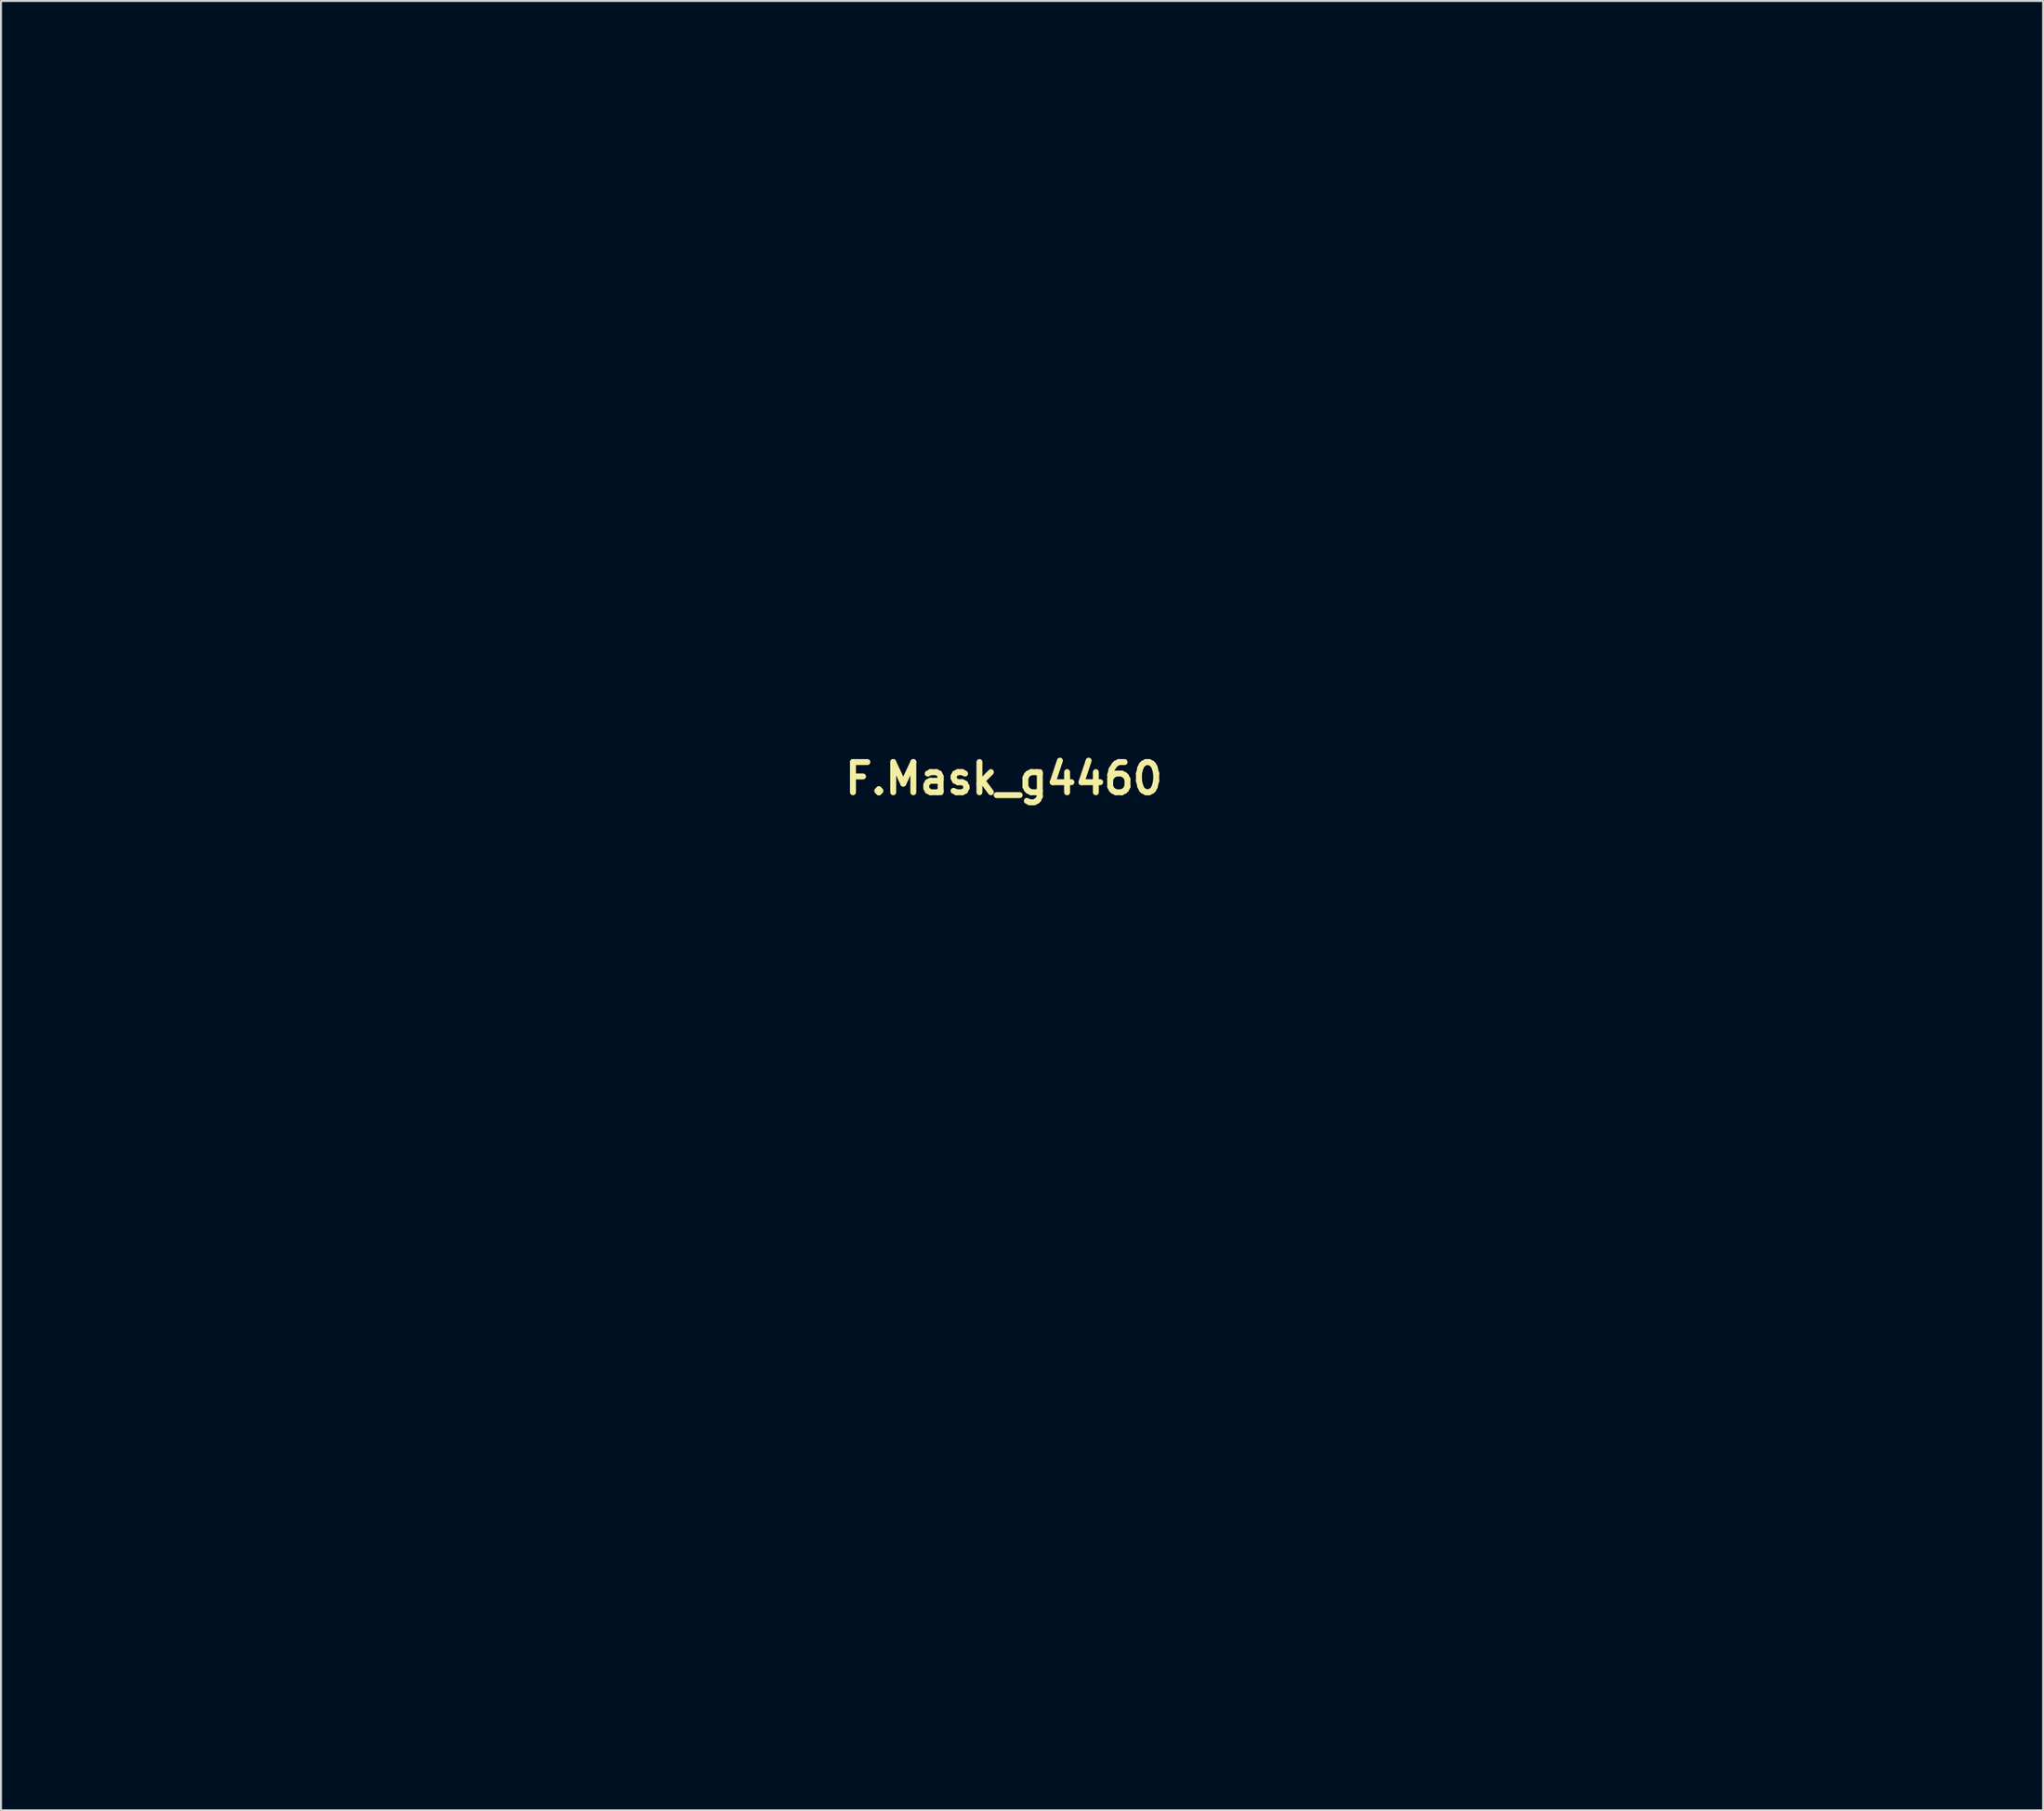
<source format=kicad_pcb>
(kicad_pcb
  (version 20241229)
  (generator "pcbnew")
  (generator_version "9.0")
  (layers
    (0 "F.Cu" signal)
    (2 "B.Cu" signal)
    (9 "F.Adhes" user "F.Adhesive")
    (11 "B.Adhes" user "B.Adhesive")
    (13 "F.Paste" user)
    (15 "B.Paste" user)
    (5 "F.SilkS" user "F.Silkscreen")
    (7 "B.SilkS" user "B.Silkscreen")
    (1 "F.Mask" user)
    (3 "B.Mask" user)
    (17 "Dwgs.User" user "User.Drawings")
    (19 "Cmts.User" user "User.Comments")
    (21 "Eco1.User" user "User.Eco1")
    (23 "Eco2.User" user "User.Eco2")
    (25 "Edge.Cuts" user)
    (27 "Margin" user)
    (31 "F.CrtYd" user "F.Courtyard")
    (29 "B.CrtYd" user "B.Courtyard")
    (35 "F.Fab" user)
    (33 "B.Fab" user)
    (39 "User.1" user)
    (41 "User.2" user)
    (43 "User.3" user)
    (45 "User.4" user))
  (footprint "F.Mask_g4460"
    (layer "F.Cu")
    (at 47.647 36.277)
    (property "Reference" "F.Mask_g4460" (at 0 0 0) (layer "F.SilkS") (effects (font (size 1.524 1.524) (thickness 0.3))))
    (attr through_hole)
    (fp_poly (pts (xy 40.61 -18.275) (xy 40.617 -18.274) (xy 40.608 -18.256) (xy 40.572 -18.212) (xy 40.515 -18.147) (xy 40.439 -18.066) (xy 40.349 -17.971) (xy 40.249 -17.867) (xy 40.143 -17.759) (xy 40.035 -17.649) (xy 39.928 -17.544) (xy 39.828 -17.446) (xy 39.737 -17.36) (xy 39.661 -17.289) (xy 39.603 -17.239) (xy 39.601 -17.238) (xy 39.456 -17.134) (xy 39.309 -17.056) (xy 39.167 -17.005) (xy 39.035 -16.984) (xy 38.922 -16.995) (xy 38.912 -16.998) (xy 38.851 -17.031) (xy 38.781 -17.091) (xy 38.712 -17.168) (xy 38.654 -17.251) (xy 38.628 -17.3) (xy 38.592 -17.426) (xy 38.597 -17.552) (xy 38.641 -17.675) (xy 38.724 -17.795) (xy 38.842 -17.907) (xy 38.996 -18.011) (xy 39.105 -18.068) (xy 39.227 -18.122) (xy 39.339 -18.166) (xy 39.449 -18.199) (xy 39.567 -18.223) (xy 39.699 -18.241) (xy 39.855 -18.254) (xy 40.041 -18.263) (xy 40.132 -18.266) (xy 40.269 -18.27) (xy 40.392 -18.273) (xy 40.494 -18.274) (xy 40.569 -18.275) (xy 40.61 -18.275)) (stroke (width 0.01) (type solid)) (fill yes) (layer "F.Mask"))
    (fp_poly (pts (xy 42.356 -12.148) (xy 42.473 -12.137) (xy 42.56 -12.115) (xy 42.614 -12.083) (xy 42.63 -12.047) (xy 42.614 -12) (xy 42.568 -11.93) (xy 42.495 -11.84) (xy 42.399 -11.732) (xy 42.283 -11.611) (xy 42.15 -11.478) (xy 42.004 -11.338) (xy 41.848 -11.192) (xy 41.685 -11.045) (xy 41.519 -10.899) (xy 41.352 -10.757) (xy 41.189 -10.622) (xy 41.032 -10.498) (xy 40.885 -10.386) (xy 40.751 -10.291) (xy 40.64 -10.22) (xy 40.559 -10.173) (xy 40.501 -10.148) (xy 40.456 -10.143) (xy 40.412 -10.155) (xy 40.38 -10.17) (xy 40.246 -10.263) (xy 40.139 -10.387) (xy 40.061 -10.539) (xy 40.036 -10.615) (xy 40.009 -10.768) (xy 40.006 -10.934) (xy 40.025 -11.104) (xy 40.062 -11.271) (xy 40.117 -11.428) (xy 40.186 -11.564) (xy 40.268 -11.674) (xy 40.342 -11.738) (xy 40.405 -11.77) (xy 40.505 -11.807) (xy 40.634 -11.848) (xy 40.789 -11.891) (xy 40.962 -11.935) (xy 41.148 -11.979) (xy 41.342 -12.021) (xy 41.537 -12.06) (xy 41.729 -12.094) (xy 41.87 -12.116) (xy 42.051 -12.138) (xy 42.214 -12.149) (xy 42.356 -12.148)) (stroke (width 0.01) (type solid)) (fill yes) (layer "F.Mask"))
    (fp_poly (pts (xy -0.316 -5.612) (xy -0.215 -5.595) (xy -0.149 -5.562) (xy -0.115 -5.512) (xy -0.111 -5.442) (xy -0.127 -5.369) (xy -0.165 -5.266) (xy -0.227 -5.135) (xy -0.309 -4.979) (xy -0.408 -4.804) (xy -0.521 -4.614) (xy -0.645 -4.413) (xy -0.778 -4.207) (xy -0.915 -4) (xy -1.055 -3.796) (xy -1.194 -3.599) (xy -1.33 -3.416) (xy -1.459 -3.25) (xy -1.577 -3.105) (xy -1.662 -3.01) (xy -1.759 -2.911) (xy -1.843 -2.841) (xy -1.908 -2.802) (xy -1.941 -2.794) (xy -1.961 -2.808) (xy -2.004 -2.847) (xy -2.066 -2.906) (xy -2.139 -2.978) (xy -2.16 -3) (xy -2.374 -3.244) (xy -2.572 -3.527) (xy -2.755 -3.847) (xy -2.805 -3.948) (xy -2.905 -4.167) (xy -2.98 -4.362) (xy -3.03 -4.531) (xy -3.054 -4.671) (xy -3.056 -4.703) (xy -3.055 -4.775) (xy -3.044 -4.824) (xy -3.016 -4.866) (xy -2.986 -4.898) (xy -2.906 -4.962) (xy -2.79 -5.03) (xy -2.641 -5.1) (xy -2.466 -5.171) (xy -2.27 -5.242) (xy -2.057 -5.31) (xy -1.832 -5.375) (xy -1.601 -5.436) (xy -1.369 -5.49) (xy -1.14 -5.536) (xy -0.921 -5.573) (xy -0.715 -5.6) (xy -0.529 -5.614) (xy -0.455 -5.617) (xy -0.316 -5.612)) (stroke (width 0.01) (type solid)) (fill yes) (layer "F.Mask"))
    (fp_poly (pts (xy -25.458 -5.372) (xy -25.326 -5.36) (xy -25.163 -5.342) (xy -24.971 -5.317) (xy -24.757 -5.286) (xy -24.523 -5.251) (xy -24.275 -5.211) (xy -24.017 -5.168) (xy -23.754 -5.122) (xy -23.491 -5.075) (xy -23.231 -5.026) (xy -22.98 -4.976) (xy -22.924 -4.964) (xy -22.668 -4.91) (xy -22.452 -4.86) (xy -22.271 -4.814) (xy -22.124 -4.769) (xy -22.007 -4.726) (xy -21.916 -4.683) (xy -21.849 -4.639) (xy -21.83 -4.622) (xy -21.786 -4.569) (xy -21.763 -4.506) (xy -21.76 -4.427) (xy -21.78 -4.326) (xy -21.82 -4.197) (xy -21.835 -4.154) (xy -21.9 -3.993) (xy -21.984 -3.802) (xy -22.086 -3.589) (xy -22.202 -3.358) (xy -22.328 -3.117) (xy -22.462 -2.87) (xy -22.599 -2.625) (xy -22.736 -2.387) (xy -22.871 -2.161) (xy -23 -1.955) (xy -23.119 -1.775) (xy -23.225 -1.625) (xy -23.229 -1.621) (xy -23.303 -1.527) (xy -23.363 -1.469) (xy -23.412 -1.443) (xy -23.458 -1.448) (xy -23.505 -1.482) (xy -23.531 -1.509) (xy -23.591 -1.584) (xy -23.67 -1.691) (xy -23.766 -1.826) (xy -23.875 -1.986) (xy -23.996 -2.167) (xy -24.125 -2.364) (xy -24.261 -2.574) (xy -24.4 -2.793) (xy -24.541 -3.017) (xy -24.68 -3.241) (xy -24.815 -3.463) (xy -24.944 -3.677) (xy -25.064 -3.881) (xy -25.139 -4.011) (xy -25.269 -4.241) (xy -25.378 -4.44) (xy -25.468 -4.611) (xy -25.541 -4.759) (xy -25.599 -4.888) (xy -25.643 -5) (xy -25.676 -5.102) (xy -25.687 -5.143) (xy -25.705 -5.216) (xy -25.71 -5.263) (xy -25.703 -5.295) (xy -25.687 -5.325) (xy -25.657 -5.357) (xy -25.616 -5.373) (xy -25.552 -5.376) (xy -25.458 -5.372)) (stroke (width 0.01) (type solid)) (fill yes) (layer "F.Mask"))
    (fp_poly (pts (xy 9.267 -9.074) (xy 9.266 -9.012) (xy 9.252 -8.938) (xy 9.223 -8.847) (xy 9.178 -8.732) (xy 9.114 -8.589) (xy 9.077 -8.509) (xy 8.969 -8.29) (xy 8.845 -8.05) (xy 8.706 -7.794) (xy 8.556 -7.527) (xy 8.396 -7.25) (xy 8.23 -6.97) (xy 8.059 -6.689) (xy 7.887 -6.413) (xy 7.716 -6.143) (xy 7.548 -5.886) (xy 7.385 -5.645) (xy 7.231 -5.423) (xy 7.088 -5.225) (xy 6.958 -5.055) (xy 6.844 -4.916) (xy 6.798 -4.864) (xy 6.722 -4.789) (xy 6.651 -4.729) (xy 6.591 -4.69) (xy 6.555 -4.678) (xy 6.534 -4.69) (xy 6.495 -4.718) (xy 6.493 -4.72) (xy 6.454 -4.76) (xy 6.399 -4.83) (xy 6.33 -4.926) (xy 6.251 -5.041) (xy 6.167 -5.17) (xy 6.081 -5.307) (xy 6.007 -5.429) (xy 5.945 -5.537) (xy 5.873 -5.664) (xy 5.793 -5.808) (xy 5.708 -5.963) (xy 5.62 -6.124) (xy 5.531 -6.289) (xy 5.444 -6.452) (xy 5.361 -6.61) (xy 5.284 -6.758) (xy 5.215 -6.891) (xy 5.157 -7.005) (xy 5.112 -7.097) (xy 5.082 -7.161) (xy 5.07 -7.194) (xy 5.07 -7.197) (xy 5.098 -7.226) (xy 5.155 -7.273) (xy 5.234 -7.334) (xy 5.33 -7.404) (xy 5.434 -7.478) (xy 5.542 -7.552) (xy 5.646 -7.62) (xy 5.739 -7.679) (xy 5.804 -7.718) (xy 5.967 -7.807) (xy 6.154 -7.903) (xy 6.359 -8.005) (xy 6.579 -8.111) (xy 6.811 -8.22) (xy 7.051 -8.33) (xy 7.295 -8.44) (xy 7.539 -8.547) (xy 7.78 -8.65) (xy 8.013 -8.748) (xy 8.236 -8.839) (xy 8.444 -8.922) (xy 8.634 -8.994) (xy 8.802 -9.055) (xy 8.945 -9.102) (xy 9.057 -9.135) (xy 9.137 -9.15) (xy 9.155 -9.152) (xy 9.26 -9.155) (xy 9.267 -9.074)) (stroke (width 0.01) (type solid)) (fill yes) (layer "F.Mask"))
    (fp_poly (pts (xy 45.439 -4.747) (xy 45.49 -4.741) (xy 45.522 -4.731) (xy 45.543 -4.715) (xy 45.565 -4.689) (xy 45.563 -4.665) (xy 45.533 -4.628) (xy 45.528 -4.623) (xy 45.479 -4.575) (xy 45.4 -4.503) (xy 45.294 -4.409) (xy 45.163 -4.296) (xy 45.011 -4.166) (xy 44.84 -4.022) (xy 44.653 -3.866) (xy 44.454 -3.7) (xy 44.244 -3.527) (xy 44.028 -3.349) (xy 43.807 -3.168) (xy 43.585 -2.988) (xy 43.365 -2.809) (xy 43.149 -2.636) (xy 42.941 -2.469) (xy 42.743 -2.312) (xy 42.558 -2.167) (xy 42.389 -2.035) (xy 42.312 -1.976) (xy 42.142 -1.848) (xy 42 -1.747) (xy 41.883 -1.673) (xy 41.787 -1.622) (xy 41.71 -1.594) (xy 41.648 -1.588) (xy 41.598 -1.601) (xy 41.558 -1.633) (xy 41.558 -1.633) (xy 41.53 -1.673) (xy 41.502 -1.733) (xy 41.473 -1.817) (xy 41.441 -1.929) (xy 41.407 -2.073) (xy 41.368 -2.252) (xy 41.328 -2.445) (xy 41.291 -2.637) (xy 41.255 -2.835) (xy 41.222 -3.033) (xy 41.191 -3.228) (xy 41.163 -3.415) (xy 41.139 -3.588) (xy 41.119 -3.744) (xy 41.105 -3.879) (xy 41.096 -3.986) (xy 41.094 -4.063) (xy 41.098 -4.103) (xy 41.101 -4.108) (xy 41.125 -4.115) (xy 41.186 -4.127) (xy 41.277 -4.145) (xy 41.395 -4.167) (xy 41.534 -4.192) (xy 41.689 -4.219) (xy 41.762 -4.232) (xy 42.193 -4.306) (xy 42.584 -4.373) (xy 42.939 -4.433) (xy 43.259 -4.487) (xy 43.546 -4.534) (xy 43.803 -4.576) (xy 44.033 -4.612) (xy 44.237 -4.643) (xy 44.417 -4.669) (xy 44.577 -4.691) (xy 44.718 -4.709) (xy 44.842 -4.723) (xy 44.953 -4.734) (xy 45.052 -4.742) (xy 45.141 -4.746) (xy 45.223 -4.749) (xy 45.248 -4.749) (xy 45.361 -4.75) (xy 45.439 -4.747)) (stroke (width 0.01) (type solid)) (fill yes) (layer "F.Mask"))
    (fp_poly (pts (xy -14.016 -4.084) (xy -13.741 -4.084) (xy -13.471 -4.083) (xy -13.209 -4.081) (xy -12.96 -4.079) (xy -12.729 -4.077) (xy -12.518 -4.074) (xy -12.333 -4.071) (xy -12.177 -4.067) (xy -12.056 -4.063) (xy -12.054 -4.063) (xy -11.872 -4.055) (xy -11.727 -4.047) (xy -11.617 -4.039) (xy -11.535 -4.03) (xy -11.479 -4.02) (xy -11.442 -4.008) (xy -11.422 -3.992) (xy -11.413 -3.974) (xy -11.412 -3.972) (xy -11.419 -3.94) (xy -11.443 -3.88) (xy -11.48 -3.8) (xy -11.525 -3.711) (xy -11.582 -3.607) (xy -11.659 -3.472) (xy -11.753 -3.308) (xy -11.864 -3.122) (xy -11.986 -2.916) (xy -12.12 -2.694) (xy -12.261 -2.461) (xy -12.408 -2.22) (xy -12.557 -1.977) (xy -12.707 -1.733) (xy -12.856 -1.495) (xy -12.999 -1.266) (xy -13.136 -1.049) (xy -13.264 -0.85) (xy -13.296 -0.8) (xy -13.433 -0.591) (xy -13.553 -0.413) (xy -13.66 -0.263) (xy -13.757 -0.135) (xy -13.847 -0.026) (xy -13.936 0.071) (xy -13.963 0.1) (xy -14.052 0.188) (xy -14.122 0.246) (xy -14.179 0.273) (xy -14.233 0.269) (xy -14.292 0.233) (xy -14.364 0.166) (xy -14.433 0.094) (xy -14.553 -0.04) (xy -14.685 -0.201) (xy -14.829 -0.387) (xy -14.982 -0.594) (xy -15.141 -0.818) (xy -15.304 -1.055) (xy -15.47 -1.303) (xy -15.635 -1.557) (xy -15.798 -1.814) (xy -15.956 -2.07) (xy -16.107 -2.322) (xy -16.249 -2.565) (xy -16.38 -2.798) (xy -16.497 -3.015) (xy -16.598 -3.213) (xy -16.681 -3.389) (xy -16.743 -3.539) (xy -16.783 -3.659) (xy -16.789 -3.681) (xy -16.801 -3.768) (xy -16.792 -3.84) (xy -16.759 -3.9) (xy -16.699 -3.948) (xy -16.61 -3.986) (xy -16.487 -4.017) (xy -16.329 -4.04) (xy -16.133 -4.059) (xy -16.066 -4.064) (xy -15.981 -4.068) (xy -15.859 -4.072) (xy -15.702 -4.075) (xy -15.516 -4.077) (xy -15.305 -4.08) (xy -15.072 -4.081) (xy -14.823 -4.083) (xy -14.561 -4.084) (xy -14.29 -4.084) (xy -14.016 -4.084)) (stroke (width 0.01) (type solid)) (fill yes) (layer "F.Mask"))
    (fp_poly (pts (xy 2.187 15.271) (xy 2.424 15.274) (xy 2.633 15.278) (xy 2.809 15.284) (xy 2.949 15.292) (xy 3.027 15.299) (xy 3.419 15.351) (xy 3.827 15.424) (xy 4.257 15.519) (xy 4.714 15.636) (xy 4.783 15.655) (xy 5.475 15.867) (xy 6.173 16.12) (xy 6.873 16.412) (xy 7.575 16.743) (xy 8.276 17.111) (xy 8.974 17.515) (xy 9.667 17.954) (xy 10.353 18.427) (xy 11.031 18.932) (xy 11.698 19.47) (xy 12.097 19.811) (xy 12.409 20.088) (xy 12.695 20.351) (xy 12.953 20.598) (xy 13.183 20.828) (xy 13.384 21.04) (xy 13.553 21.232) (xy 13.691 21.404) (xy 13.796 21.554) (xy 13.855 21.656) (xy 13.891 21.736) (xy 13.903 21.796) (xy 13.89 21.851) (xy 13.851 21.913) (xy 13.846 21.92) (xy 13.772 22.002) (xy 13.658 22.095) (xy 13.509 22.199) (xy 13.326 22.312) (xy 13.11 22.435) (xy 12.865 22.566) (xy 12.592 22.704) (xy 12.294 22.848) (xy 11.972 22.998) (xy 11.628 23.152) (xy 11.266 23.31) (xy 10.886 23.471) (xy 10.492 23.634) (xy 10.084 23.798) (xy 9.666 23.962) (xy 9.239 24.125) (xy 8.806 24.287) (xy 8.368 24.446) (xy 7.928 24.602) (xy 7.488 24.754) (xy 7.05 24.901) (xy 6.617 25.041) (xy 6.189 25.175) (xy 5.77 25.301) (xy 5.493 25.382) (xy 5.122 25.484) (xy 4.724 25.588) (xy 4.304 25.691) (xy 3.87 25.794) (xy 3.426 25.893) (xy 2.98 25.989) (xy 2.538 26.08) (xy 2.106 26.164) (xy 1.69 26.24) (xy 1.296 26.307) (xy 0.93 26.364) (xy 0.635 26.404) (xy 0.298 26.444) (xy -0.077 26.482) (xy -0.486 26.519) (xy -0.924 26.554) (xy -1.387 26.587) (xy -1.871 26.617) (xy -2.371 26.644) (xy -2.882 26.669) (xy -3.401 26.69) (xy -3.924 26.708) (xy -4.085 26.712) (xy -4.257 26.716) (xy -4.459 26.72) (xy -4.685 26.723) (xy -4.929 26.725) (xy -5.184 26.727) (xy -5.444 26.728) (xy -5.705 26.729) (xy -5.958 26.729) (xy -6.199 26.728) (xy -6.421 26.727) (xy -6.619 26.725) (xy -6.785 26.722) (xy -6.9 26.719) (xy -7.212 26.705) (xy -7.549 26.683) (xy -7.906 26.654) (xy -8.278 26.618) (xy -8.66 26.576) (xy -9.047 26.528) (xy -9.433 26.476) (xy -9.814 26.42) (xy -10.186 26.361) (xy -10.542 26.3) (xy -10.877 26.237) (xy -11.188 26.173) (xy -11.468 26.108) (xy -11.712 26.044) (xy -11.796 26.02) (xy -11.915 25.979) (xy -11.999 25.937) (xy -12.053 25.887) (xy -12.085 25.824) (xy -12.099 25.765) (xy -12.107 25.63) (xy -12.097 25.461) (xy -12.069 25.258) (xy -12.025 25.027) (xy -11.966 24.769) (xy -11.892 24.487) (xy -11.804 24.185) (xy -11.703 23.864) (xy -11.59 23.528) (xy -11.466 23.18) (xy -11.332 22.822) (xy -11.188 22.457) (xy -11.035 22.089) (xy -10.875 21.719) (xy -10.779 21.505) (xy -10.588 21.097) (xy -10.402 20.725) (xy -10.217 20.383) (xy -10.029 20.065) (xy -9.834 19.765) (xy -9.628 19.478) (xy -9.408 19.199) (xy -9.168 18.921) (xy -8.906 18.638) (xy -8.618 18.346) (xy -8.58 18.308) (xy -8.141 17.895) (xy -7.709 17.522) (xy -7.281 17.188) (xy -6.856 16.892) (xy -6.433 16.633) (xy -6.032 16.421) (xy -5.706 16.266) (xy -5.394 16.127) (xy -5.092 16.002) (xy -4.795 15.892) (xy -4.499 15.795) (xy -4.199 15.709) (xy -3.891 15.635) (xy -3.571 15.571) (xy -3.235 15.516) (xy -2.877 15.469) (xy -2.493 15.429) (xy -2.08 15.395) (xy -1.632 15.366) (xy -1.259 15.347) (xy -0.95 15.333) (xy -0.628 15.32) (xy -0.299 15.309) (xy 0.035 15.299) (xy 0.37 15.291) (xy 0.701 15.284) (xy 1.026 15.278) (xy 1.341 15.274) (xy 1.642 15.271) (xy 1.925 15.271) (xy 2.187 15.271)) (stroke (width 0.01) (type solid)) (fill yes) (layer "F.Mask"))
    (fp_poly (pts (xy 14 -21.752) (xy 14.059 -21.746) (xy 14.149 -21.735) (xy 14.265 -21.719) (xy 14.402 -21.701) (xy 14.553 -21.679) (xy 14.713 -21.656) (xy 14.878 -21.632) (xy 15.042 -21.608) (xy 15.199 -21.584) (xy 15.343 -21.561) (xy 15.471 -21.541) (xy 15.575 -21.523) (xy 15.652 -21.509) (xy 15.674 -21.505) (xy 15.91 -21.444) (xy 16.109 -21.37) (xy 16.275 -21.281) (xy 16.413 -21.175) (xy 16.484 -21.102) (xy 16.555 -21.005) (xy 16.63 -20.874) (xy 16.708 -20.714) (xy 16.785 -20.53) (xy 16.815 -20.453) (xy 16.901 -20.236) (xy 16.988 -20.045) (xy 17.085 -19.866) (xy 17.198 -19.683) (xy 17.226 -19.641) (xy 17.431 -19.358) (xy 17.66 -19.087) (xy 17.907 -18.83) (xy 18.167 -18.591) (xy 18.438 -18.374) (xy 18.712 -18.183) (xy 18.987 -18.021) (xy 19.257 -17.893) (xy 19.474 -17.814) (xy 19.865 -17.715) (xy 20.271 -17.648) (xy 20.684 -17.615) (xy 21.099 -17.616) (xy 21.509 -17.649) (xy 21.906 -17.716) (xy 22.285 -17.815) (xy 22.346 -17.835) (xy 22.665 -17.958) (xy 22.975 -18.11) (xy 23.281 -18.294) (xy 23.585 -18.512) (xy 23.892 -18.767) (xy 24.205 -19.06) (xy 24.237 -19.091) (xy 24.423 -19.283) (xy 24.577 -19.454) (xy 24.7 -19.608) (xy 24.796 -19.746) (xy 24.865 -19.874) (xy 24.911 -19.993) (xy 24.933 -20.086) (xy 24.967 -20.216) (xy 25.026 -20.326) (xy 25.116 -20.419) (xy 25.241 -20.502) (xy 25.34 -20.551) (xy 25.463 -20.602) (xy 25.597 -20.65) (xy 25.747 -20.695) (xy 25.915 -20.737) (xy 26.103 -20.777) (xy 26.315 -20.816) (xy 26.553 -20.853) (xy 26.819 -20.89) (xy 27.117 -20.927) (xy 27.449 -20.964) (xy 27.819 -21.002) (xy 28.215 -21.04) (xy 28.617 -21.078) (xy 28.98 -21.113) (xy 29.304 -21.147) (xy 29.594 -21.178) (xy 29.85 -21.208) (xy 30.075 -21.237) (xy 30.273 -21.265) (xy 30.444 -21.291) (xy 30.584 -21.316) (xy 30.724 -21.338) (xy 30.83 -21.343) (xy 30.905 -21.328) (xy 30.953 -21.291) (xy 30.979 -21.231) (xy 30.988 -21.145) (xy 30.988 -21.137) (xy 30.983 -21.068) (xy 30.966 -20.987) (xy 30.937 -20.892) (xy 30.892 -20.777) (xy 30.831 -20.637) (xy 30.752 -20.469) (xy 30.68 -20.32) (xy 30.527 -20.02) (xy 30.383 -19.752) (xy 30.242 -19.508) (xy 30.099 -19.28) (xy 29.949 -19.059) (xy 29.795 -18.849) (xy 29.498 -18.477) (xy 29.168 -18.105) (xy 28.813 -17.739) (xy 28.441 -17.389) (xy 28.061 -17.063) (xy 27.719 -16.796) (xy 27.341 -16.53) (xy 26.959 -16.285) (xy 26.577 -16.066) (xy 26.198 -15.873) (xy 25.829 -15.709) (xy 25.473 -15.577) (xy 25.164 -15.485) (xy 24.87 -15.418) (xy 24.541 -15.357) (xy 24.183 -15.302) (xy 23.802 -15.255) (xy 23.406 -15.217) (xy 23.16 -15.199) (xy 23.037 -15.192) (xy 22.882 -15.185) (xy 22.705 -15.179) (xy 22.512 -15.174) (xy 22.311 -15.17) (xy 22.112 -15.167) (xy 21.922 -15.165) (xy 21.748 -15.165) (xy 21.6 -15.165) (xy 21.485 -15.168) (xy 21.474 -15.168) (xy 21.318 -15.177) (xy 21.141 -15.189) (xy 20.953 -15.205) (xy 20.765 -15.223) (xy 20.586 -15.243) (xy 20.427 -15.262) (xy 20.299 -15.281) (xy 20.286 -15.284) (xy 19.932 -15.359) (xy 19.572 -15.462) (xy 19.218 -15.589) (xy 18.881 -15.735) (xy 18.57 -15.897) (xy 18.5 -15.938) (xy 18.244 -16.102) (xy 17.971 -16.294) (xy 17.685 -16.51) (xy 17.394 -16.744) (xy 17.103 -16.99) (xy 16.82 -17.243) (xy 16.551 -17.498) (xy 16.303 -17.748) (xy 16.088 -17.981) (xy 15.78 -18.347) (xy 15.489 -18.724) (xy 15.219 -19.108) (xy 14.974 -19.493) (xy 14.757 -19.872) (xy 14.573 -20.24) (xy 14.509 -20.384) (xy 14.474 -20.466) (xy 14.431 -20.571) (xy 14.381 -20.695) (xy 14.327 -20.832) (xy 14.27 -20.976) (xy 14.213 -21.122) (xy 14.158 -21.264) (xy 14.106 -21.398) (xy 14.06 -21.518) (xy 14.023 -21.619) (xy 13.995 -21.695) (xy 13.979 -21.741) (xy 13.977 -21.752) (xy 14 -21.752)) (stroke (width 0.01) (type solid)) (fill yes) (layer "F.Mask"))
    (fp_poly (pts (xy 15.347 23.709) (xy 15.388 23.721) (xy 15.431 23.749) (xy 15.487 23.798) (xy 15.519 23.828) (xy 15.621 23.935) (xy 15.737 24.072) (xy 15.865 24.237) (xy 16.003 24.427) (xy 16.15 24.638) (xy 16.304 24.868) (xy 16.462 25.113) (xy 16.624 25.37) (xy 16.787 25.636) (xy 16.949 25.909) (xy 17.109 26.184) (xy 17.265 26.458) (xy 17.416 26.73) (xy 17.558 26.995) (xy 17.692 27.25) (xy 17.813 27.492) (xy 17.922 27.718) (xy 18.016 27.926) (xy 18.094 28.111) (xy 18.153 28.271) (xy 18.192 28.402) (xy 18.208 28.502) (xy 18.209 28.507) (xy 18.208 28.561) (xy 18.198 28.6) (xy 18.169 28.639) (xy 18.115 28.69) (xy 18.109 28.696) (xy 18.02 28.768) (xy 17.902 28.848) (xy 17.751 28.939) (xy 17.567 29.042) (xy 17.347 29.157) (xy 17.113 29.274) (xy 16.58 29.528) (xy 16.008 29.783) (xy 15.401 30.038) (xy 14.764 30.292) (xy 14.099 30.543) (xy 13.411 30.79) (xy 12.704 31.032) (xy 11.98 31.267) (xy 11.245 31.494) (xy 10.502 31.712) (xy 9.8 31.906) (xy 9.018 32.11) (xy 8.235 32.302) (xy 7.455 32.481) (xy 6.683 32.647) (xy 5.922 32.798) (xy 5.177 32.933) (xy 4.451 33.053) (xy 3.75 33.156) (xy 3.076 33.241) (xy 2.435 33.308) (xy 2.244 33.325) (xy 2.038 33.341) (xy 1.8 33.357) (xy 1.527 33.372) (xy 1.22 33.387) (xy 0.874 33.402) (xy 0.489 33.416) (xy 0.286 33.424) (xy 0.189 33.426) (xy 0.055 33.429) (xy -0.113 33.432) (xy -0.311 33.434) (xy -0.536 33.437) (xy -0.783 33.44) (xy -1.049 33.442) (xy -1.33 33.444) (xy -1.624 33.446) (xy -1.925 33.448) (xy -2.23 33.45) (xy -2.536 33.452) (xy -2.839 33.453) (xy -3.135 33.455) (xy -3.421 33.455) (xy -3.693 33.456) (xy -3.946 33.456) (xy -4.179 33.456) (xy -4.386 33.456) (xy -4.564 33.455) (xy -4.709 33.454) (xy -4.819 33.453) (xy -4.868 33.452) (xy -5.067 33.446) (xy -5.245 33.439) (xy -5.406 33.433) (xy -5.555 33.425) (xy -5.697 33.415) (xy -5.836 33.403) (xy -5.976 33.389) (xy -6.123 33.371) (xy -6.279 33.35) (xy -6.451 33.324) (xy -6.642 33.294) (xy -6.857 33.258) (xy -7.1 33.216) (xy -7.376 33.168) (xy -7.684 33.113) (xy -8.174 33.026) (xy -8.649 32.94) (xy -9.107 32.856) (xy -9.546 32.774) (xy -9.963 32.695) (xy -10.357 32.619) (xy -10.724 32.547) (xy -11.064 32.479) (xy -11.373 32.415) (xy -11.651 32.357) (xy -11.893 32.303) (xy -12.099 32.256) (xy -12.266 32.214) (xy -12.319 32.2) (xy -12.689 32.099) (xy -12.696 31.168) (xy -12.696 30.878) (xy -12.696 30.59) (xy -12.693 30.309) (xy -12.689 30.038) (xy -12.683 29.781) (xy -12.677 29.542) (xy -12.668 29.326) (xy -12.659 29.137) (xy -12.649 28.978) (xy -12.638 28.854) (xy -12.628 28.776) (xy -12.586 28.582) (xy -12.531 28.425) (xy -12.463 28.3) (xy -12.376 28.204) (xy -12.269 28.131) (xy -12.191 28.095) (xy -12.087 28.069) (xy -11.946 28.057) (xy -11.772 28.059) (xy -11.568 28.074) (xy -11.338 28.102) (xy -11.113 28.139) (xy -10.956 28.166) (xy -10.789 28.194) (xy -10.624 28.22) (xy -10.477 28.242) (xy -10.372 28.257) (xy -10.14 28.284) (xy -9.869 28.312) (xy -9.563 28.339) (xy -9.225 28.365) (xy -8.859 28.39) (xy -8.469 28.415) (xy -8.057 28.438) (xy -7.628 28.46) (xy -7.186 28.481) (xy -6.732 28.5) (xy -6.272 28.517) (xy -5.809 28.532) (xy -5.345 28.545) (xy -4.886 28.556) (xy -4.434 28.565) (xy -3.993 28.571) (xy -3.566 28.574) (xy -3.323 28.574) (xy -2.775 28.572) (xy -2.253 28.563) (xy -1.753 28.547) (xy -1.269 28.524) (xy -0.797 28.493) (xy -0.333 28.454) (xy 0.127 28.406) (xy 0.589 28.348) (xy 1.056 28.279) (xy 1.533 28.2) (xy 2.025 28.11) (xy 2.536 28.007) (xy 3.07 27.892) (xy 3.633 27.764) (xy 4.228 27.622) (xy 4.606 27.529) (xy 5.551 27.286) (xy 6.461 27.034) (xy 7.344 26.771) (xy 8.208 26.493) (xy 9.06 26.2) (xy 9.907 25.886) (xy 10.757 25.552) (xy 11.618 25.192) (xy 12.497 24.806) (xy 12.912 24.617) (xy 13.279 24.45) (xy 13.621 24.299) (xy 13.937 24.164) (xy 14.226 24.045) (xy 14.485 23.943) (xy 14.715 23.858) (xy 14.912 23.792) (xy 15.077 23.744) (xy 15.207 23.716) (xy 15.297 23.707) (xy 15.347 23.709)) (stroke (width 0.01) (type solid)) (fill yes) (layer "F.Mask"))
    (fp_poly (pts (xy 22.014 38.507) (xy 22.179 38.538) (xy 22.33 38.606) (xy 22.467 38.711) (xy 22.59 38.854) (xy 22.701 39.035) (xy 22.798 39.256) (xy 22.883 39.515) (xy 22.956 39.814) (xy 23.017 40.154) (xy 23.028 40.227) (xy 23.055 40.44) (xy 23.078 40.653) (xy 23.095 40.859) (xy 23.106 41.048) (xy 23.111 41.212) (xy 23.108 41.344) (xy 23.108 41.348) (xy 23.07 41.621) (xy 22.992 41.897) (xy 22.872 42.176) (xy 22.712 42.46) (xy 22.556 42.686) (xy 22.497 42.759) (xy 22.413 42.854) (xy 22.31 42.965) (xy 22.194 43.084) (xy 22.073 43.206) (xy 21.952 43.324) (xy 21.839 43.431) (xy 21.738 43.521) (xy 21.675 43.574) (xy 21.279 43.872) (xy 20.842 44.166) (xy 20.363 44.455) (xy 19.845 44.74) (xy 19.288 45.02) (xy 18.691 45.295) (xy 18.057 45.564) (xy 17.386 45.827) (xy 16.677 46.085) (xy 15.933 46.336) (xy 15.154 46.58) (xy 14.34 46.817) (xy 14.086 46.887) (xy 12.968 47.18) (xy 11.816 47.454) (xy 10.634 47.707) (xy 9.427 47.94) (xy 8.199 48.152) (xy 6.955 48.341) (xy 5.697 48.508) (xy 4.432 48.651) (xy 3.162 48.77) (xy 2.095 48.851) (xy 1.662 48.88) (xy 1.254 48.904) (xy 0.861 48.925) (xy 0.476 48.942) (xy 0.09 48.957) (xy -0.305 48.97) (xy -0.718 48.98) (xy -1.157 48.988) (xy -1.593 48.994) (xy -2.731 49.008) (xy -2.685 49.057) (xy -2.658 49.092) (xy -2.665 49.104) (xy -2.669 49.104) (xy -2.696 49.101) (xy -2.761 49.093) (xy -2.857 49.08) (xy -2.979 49.064) (xy -3.123 49.046) (xy -3.283 49.025) (xy -3.397 49.01) (xy -4.031 48.925) (xy -4.655 48.837) (xy -5.266 48.746) (xy -5.862 48.653) (xy -6.44 48.558) (xy -6.998 48.462) (xy -7.533 48.366) (xy -8.043 48.269) (xy -8.524 48.172) (xy -8.975 48.076) (xy -9.393 47.981) (xy -9.776 47.888) (xy -10.12 47.796) (xy -10.308 47.742) (xy -10.61 47.643) (xy -10.874 47.535) (xy -11.103 47.414) (xy -11.301 47.278) (xy -11.473 47.125) (xy -11.622 46.95) (xy -11.751 46.753) (xy -11.833 46.598) (xy -11.881 46.494) (xy -11.926 46.385) (xy -11.969 46.269) (xy -12.01 46.144) (xy -12.05 46.005) (xy -12.089 45.852) (xy -12.128 45.68) (xy -12.167 45.487) (xy -12.208 45.271) (xy -12.25 45.027) (xy -12.294 44.755) (xy -12.342 44.45) (xy -12.392 44.111) (xy -12.447 43.734) (xy -12.481 43.498) (xy -12.511 43.284) (xy -12.536 43.106) (xy -12.556 42.958) (xy -12.571 42.833) (xy -12.583 42.727) (xy -12.591 42.632) (xy -12.597 42.542) (xy -12.6 42.452) (xy -12.602 42.356) (xy -12.603 42.247) (xy -12.604 42.153) (xy -12.603 41.972) (xy -12.601 41.825) (xy -12.595 41.707) (xy -12.584 41.609) (xy -12.569 41.526) (xy -12.547 41.45) (xy -12.517 41.374) (xy -12.483 41.298) (xy -12.39 41.142) (xy -12.274 41.022) (xy -12.136 40.938) (xy -11.975 40.889) (xy -11.876 40.877) (xy -11.825 40.875) (xy -11.78 40.875) (xy -11.733 40.88) (xy -11.68 40.89) (xy -11.613 40.907) (xy -11.527 40.933) (xy -11.416 40.969) (xy -11.273 41.017) (xy -11.208 41.039) (xy -10.783 41.176) (xy -10.337 41.309) (xy -9.868 41.439) (xy -9.372 41.565) (xy -8.846 41.689) (xy -8.288 41.812) (xy -7.693 41.934) (xy -7.059 42.056) (xy -7.006 42.066) (xy -5.978 42.249) (xy -4.974 42.411) (xy -3.986 42.552) (xy -3.003 42.673) (xy -2.016 42.777) (xy -1.014 42.863) (xy -0.582 42.895) (xy -0.405 42.906) (xy -0.192 42.914) (xy 0.052 42.92) (xy 0.322 42.925) (xy 0.612 42.928) (xy 0.915 42.929) (xy 1.227 42.928) (xy 1.542 42.926) (xy 1.854 42.922) (xy 2.158 42.916) (xy 2.447 42.908) (xy 2.717 42.899) (xy 2.962 42.888) (xy 3.027 42.885) (xy 4.298 42.797) (xy 5.588 42.673) (xy 6.892 42.515) (xy 8.207 42.321) (xy 9.531 42.093) (xy 10.858 41.833) (xy 12.187 41.539) (xy 13.513 41.213) (xy 14.834 40.856) (xy 16.145 40.468) (xy 16.721 40.287) (xy 16.875 40.237) (xy 17.029 40.185) (xy 17.175 40.133) (xy 17.304 40.087) (xy 17.405 40.047) (xy 17.441 40.033) (xy 18.007 39.793) (xy 18.539 39.574) (xy 19.037 39.375) (xy 19.499 39.196) (xy 19.927 39.038) (xy 20.319 38.9) (xy 20.676 38.782) (xy 20.998 38.685) (xy 21.283 38.609) (xy 21.533 38.554) (xy 21.746 38.519) (xy 21.923 38.505) (xy 22.014 38.507)) (stroke (width 0.01) (type solid)) (fill yes) (layer "F.Mask"))
    (fp_poly (pts (xy 19.369 30.515) (xy 19.38 30.537) (xy 19.406 30.595) (xy 19.445 30.686) (xy 19.497 30.805) (xy 19.559 30.951) (xy 19.631 31.119) (xy 19.711 31.306) (xy 19.797 31.51) (xy 19.888 31.727) (xy 19.929 31.824) (xy 20.141 32.328) (xy 20.336 32.794) (xy 20.515 33.224) (xy 20.678 33.619) (xy 20.827 33.981) (xy 20.962 34.31) (xy 21.082 34.608) (xy 21.189 34.877) (xy 21.283 35.116) (xy 21.365 35.329) (xy 21.435 35.516) (xy 21.493 35.678) (xy 21.54 35.817) (xy 21.577 35.934) (xy 21.605 36.03) (xy 21.622 36.106) (xy 21.631 36.165) (xy 21.632 36.19) (xy 21.612 36.262) (xy 21.555 36.343) (xy 21.463 36.429) (xy 21.349 36.51) (xy 21.172 36.613) (xy 20.957 36.725) (xy 20.704 36.844) (xy 20.415 36.971) (xy 20.093 37.105) (xy 19.74 37.244) (xy 19.357 37.389) (xy 18.947 37.538) (xy 18.512 37.691) (xy 18.052 37.847) (xy 17.572 38.005) (xy 17.071 38.165) (xy 16.553 38.325) (xy 16.02 38.486) (xy 15.472 38.646) (xy 15.06 38.764) (xy 13.744 39.122) (xy 12.449 39.446) (xy 11.17 39.736) (xy 9.904 39.994) (xy 8.648 40.22) (xy 7.396 40.415) (xy 6.147 40.578) (xy 4.895 40.712) (xy 3.637 40.816) (xy 2.699 40.874) (xy 2.604 40.878) (xy 2.474 40.882) (xy 2.313 40.886) (xy 2.128 40.89) (xy 1.923 40.893) (xy 1.703 40.896) (xy 1.475 40.899) (xy 1.242 40.902) (xy 1.011 40.904) (xy 0.787 40.905) (xy 0.574 40.907) (xy 0.378 40.907) (xy 0.205 40.907) (xy 0.059 40.906) (xy -0.053 40.904) (xy -0.116 40.902) (xy -1.23 40.841) (xy -2.329 40.753) (xy -3.41 40.638) (xy -4.468 40.497) (xy -5.501 40.331) (xy -6.505 40.139) (xy -7.027 40.027) (xy -7.421 39.937) (xy -7.827 39.839) (xy -8.241 39.735) (xy -8.658 39.626) (xy -9.075 39.513) (xy -9.487 39.398) (xy -9.889 39.282) (xy -10.276 39.167) (xy -10.645 39.053) (xy -10.99 38.942) (xy -11.308 38.835) (xy -11.593 38.733) (xy -11.842 38.639) (xy -11.858 38.632) (xy -12.044 38.556) (xy -12.193 38.489) (xy -12.31 38.43) (xy -12.398 38.376) (xy -12.461 38.324) (xy -12.503 38.272) (xy -12.528 38.217) (xy -12.53 38.21) (xy -12.562 38.073) (xy -12.593 37.899) (xy -12.622 37.69) (xy -12.649 37.451) (xy -12.674 37.185) (xy -12.697 36.897) (xy -12.716 36.592) (xy -12.733 36.271) (xy -12.746 35.941) (xy -12.755 35.604) (xy -12.757 35.465) (xy -12.76 35.207) (xy -12.761 34.989) (xy -12.759 34.806) (xy -12.755 34.656) (xy -12.747 34.535) (xy -12.737 34.439) (xy -12.723 34.366) (xy -12.705 34.312) (xy -12.689 34.281) (xy -12.633 34.227) (xy -12.549 34.193) (xy -12.433 34.178) (xy -12.361 34.177) (xy -12.3 34.179) (xy -12.24 34.182) (xy -12.177 34.189) (xy -12.106 34.2) (xy -12.021 34.215) (xy -11.918 34.236) (xy -11.792 34.263) (xy -11.638 34.299) (xy -11.451 34.343) (xy -11.314 34.375) (xy -10.913 34.467) (xy -10.518 34.552) (xy -10.125 34.631) (xy -9.732 34.703) (xy -9.336 34.769) (xy -8.935 34.828) (xy -8.526 34.882) (xy -8.106 34.931) (xy -7.673 34.974) (xy -7.224 35.012) (xy -6.756 35.044) (xy -6.268 35.073) (xy -5.755 35.096) (xy -5.216 35.116) (xy -4.648 35.131) (xy -4.048 35.143) (xy -3.414 35.151) (xy -2.743 35.156) (xy -2.032 35.157) (xy -2.032 35.157) (xy -1.322 35.156) (xy -0.651 35.152) (xy -0.016 35.144) (xy 0.586 35.133) (xy 1.157 35.117) (xy 1.702 35.098) (xy 2.222 35.074) (xy 2.721 35.045) (xy 3.202 35.011) (xy 3.667 34.971) (xy 4.121 34.926) (xy 4.566 34.874) (xy 5.004 34.816) (xy 5.44 34.752) (xy 5.875 34.68) (xy 6.314 34.601) (xy 6.758 34.514) (xy 7.212 34.419) (xy 7.677 34.316) (xy 8.158 34.204) (xy 8.657 34.083) (xy 8.901 34.023) (xy 9.247 33.935) (xy 9.583 33.849) (xy 9.911 33.763) (xy 10.233 33.675) (xy 10.552 33.587) (xy 10.87 33.496) (xy 11.189 33.402) (xy 11.512 33.305) (xy 11.84 33.202) (xy 12.178 33.095) (xy 12.526 32.981) (xy 12.887 32.86) (xy 13.264 32.732) (xy 13.659 32.595) (xy 14.074 32.449) (xy 14.511 32.293) (xy 14.974 32.126) (xy 15.464 31.947) (xy 15.983 31.756) (xy 16.535 31.552) (xy 17.121 31.333) (xy 17.744 31.1) (xy 17.798 31.08) (xy 18.043 30.989) (xy 18.276 30.902) (xy 18.495 30.821) (xy 18.696 30.748) (xy 18.877 30.682) (xy 19.034 30.626) (xy 19.165 30.58) (xy 19.266 30.546) (xy 19.334 30.524) (xy 19.367 30.515) (xy 19.369 30.515)) (stroke (width 0.01) (type solid)) (fill yes) (layer "F.Mask"))
    (fp_poly (pts (xy 5.831 -32.818) (xy 6.087 -32.817) (xy 6.306 -32.815) (xy 6.494 -32.811) (xy 6.658 -32.805) (xy 6.804 -32.796) (xy 6.937 -32.784) (xy 7.063 -32.768) (xy 7.189 -32.748) (xy 7.32 -32.724) (xy 7.387 -32.711) (xy 7.675 -32.639) (xy 7.983 -32.536) (xy 8.307 -32.404) (xy 8.642 -32.247) (xy 8.983 -32.067) (xy 9.325 -31.866) (xy 9.663 -31.649) (xy 9.992 -31.416) (xy 10.308 -31.171) (xy 10.588 -30.932) (xy 10.733 -30.794) (xy 10.891 -30.627) (xy 11.064 -30.429) (xy 11.255 -30.198) (xy 11.463 -29.932) (xy 11.544 -29.825) (xy 11.617 -29.728) (xy 11.667 -29.658) (xy 11.698 -29.608) (xy 11.714 -29.571) (xy 11.717 -29.541) (xy 11.714 -29.519) (xy 11.703 -29.481) (xy 11.681 -29.409) (xy 11.648 -29.311) (xy 11.608 -29.191) (xy 11.563 -29.058) (xy 11.531 -28.967) (xy 11.397 -28.578) (xy 11.275 -28.225) (xy 11.167 -27.906) (xy 11.069 -27.617) (xy 10.982 -27.354) (xy 10.904 -27.114) (xy 10.835 -26.895) (xy 10.774 -26.692) (xy 10.719 -26.502) (xy 10.67 -26.322) (xy 10.625 -26.149) (xy 10.584 -25.979) (xy 10.546 -25.809) (xy 10.51 -25.636) (xy 10.474 -25.456) (xy 10.438 -25.266) (xy 10.404 -25.078) (xy 10.381 -24.95) (xy 10.361 -24.837) (xy 10.345 -24.745) (xy 10.334 -24.681) (xy 10.329 -24.651) (xy 10.329 -24.649) (xy 10.321 -24.635) (xy 10.295 -24.642) (xy 10.25 -24.673) (xy 10.183 -24.729) (xy 10.094 -24.811) (xy 9.98 -24.921) (xy 9.84 -25.06) (xy 9.791 -25.109) (xy 9.599 -25.301) (xy 9.428 -25.463) (xy 9.275 -25.602) (xy 9.133 -25.72) (xy 8.997 -25.822) (xy 8.863 -25.912) (xy 8.726 -25.994) (xy 8.595 -26.064) (xy 8.232 -26.232) (xy 7.868 -26.363) (xy 7.497 -26.458) (xy 7.113 -26.52) (xy 6.709 -26.548) (xy 6.519 -26.551) (xy 6.084 -26.533) (xy 5.67 -26.478) (xy 5.275 -26.387) (xy 4.898 -26.259) (xy 4.536 -26.093) (xy 4.188 -25.888) (xy 3.852 -25.643) (xy 3.765 -25.572) (xy 3.471 -25.301) (xy 3.197 -24.997) (xy 2.945 -24.666) (xy 2.72 -24.313) (xy 2.524 -23.945) (xy 2.361 -23.566) (xy 2.234 -23.182) (xy 2.159 -22.871) (xy 2.129 -22.681) (xy 2.108 -22.466) (xy 2.095 -22.236) (xy 2.09 -21.999) (xy 2.094 -21.765) (xy 2.107 -21.543) (xy 2.127 -21.34) (xy 2.156 -21.167) (xy 2.169 -21.114) (xy 2.272 -20.779) (xy 2.408 -20.456) (xy 2.579 -20.141) (xy 2.787 -19.832) (xy 3.033 -19.526) (xy 3.319 -19.22) (xy 3.321 -19.218) (xy 3.663 -18.9) (xy 4.012 -18.623) (xy 4.367 -18.388) (xy 4.729 -18.195) (xy 5.097 -18.043) (xy 5.413 -17.947) (xy 5.6 -17.909) (xy 5.816 -17.879) (xy 6.049 -17.86) (xy 6.287 -17.85) (xy 6.518 -17.852) (xy 6.679 -17.861) (xy 7.113 -17.918) (xy 7.531 -18.014) (xy 7.931 -18.148) (xy 8.314 -18.32) (xy 8.678 -18.528) (xy 9.022 -18.774) (xy 9.345 -19.054) (xy 9.645 -19.37) (xy 9.923 -19.72) (xy 10.106 -19.992) (xy 10.179 -20.111) (xy 10.246 -20.23) (xy 10.31 -20.355) (xy 10.372 -20.491) (xy 10.435 -20.641) (xy 10.5 -20.811) (xy 10.57 -21.005) (xy 10.646 -21.228) (xy 10.729 -21.485) (xy 10.783 -21.654) (xy 10.847 -21.85) (xy 10.904 -22.01) (xy 10.956 -22.136) (xy 11.008 -22.232) (xy 11.062 -22.303) (xy 11.122 -22.351) (xy 11.19 -22.382) (xy 11.27 -22.397) (xy 11.365 -22.403) (xy 11.409 -22.403) (xy 11.556 -22.394) (xy 11.721 -22.37) (xy 11.897 -22.335) (xy 12.076 -22.291) (xy 12.252 -22.239) (xy 12.416 -22.182) (xy 12.56 -22.121) (xy 12.679 -22.061) (xy 12.763 -22.002) (xy 12.769 -21.996) (xy 12.802 -21.96) (xy 12.82 -21.92) (xy 12.826 -21.862) (xy 12.827 -21.813) (xy 12.814 -21.681) (xy 12.777 -21.519) (xy 12.718 -21.33) (xy 12.637 -21.117) (xy 12.538 -20.884) (xy 12.421 -20.634) (xy 12.288 -20.37) (xy 12.141 -20.096) (xy 11.982 -19.815) (xy 11.812 -19.529) (xy 11.633 -19.244) (xy 11.446 -18.96) (xy 11.254 -18.683) (xy 11.09 -18.457) (xy 10.891 -18.21) (xy 10.658 -17.956) (xy 10.395 -17.698) (xy 10.109 -17.441) (xy 9.805 -17.189) (xy 9.489 -16.946) (xy 9.165 -16.716) (xy 8.839 -16.503) (xy 8.518 -16.311) (xy 8.205 -16.145) (xy 7.907 -16.008) (xy 7.761 -15.95) (xy 7.485 -15.857) (xy 7.175 -15.77) (xy 6.838 -15.69) (xy 6.481 -15.618) (xy 6.113 -15.557) (xy 5.741 -15.507) (xy 5.408 -15.474) (xy 5.295 -15.466) (xy 5.152 -15.461) (xy 4.986 -15.457) (xy 4.806 -15.456) (xy 4.621 -15.455) (xy 4.44 -15.457) (xy 4.271 -15.46) (xy 4.122 -15.465) (xy 4.003 -15.472) (xy 3.958 -15.475) (xy 3.675 -15.518) (xy 3.369 -15.591) (xy 3.046 -15.69) (xy 2.711 -15.815) (xy 2.369 -15.962) (xy 2.026 -16.129) (xy 1.686 -16.314) (xy 1.355 -16.515) (xy 1.038 -16.729) (xy 0.882 -16.844) (xy 0.534 -17.124) (xy 0.19 -17.433) (xy -0.146 -17.767) (xy -0.468 -18.118) (xy -0.771 -18.481) (xy -1.051 -18.851) (xy -1.302 -19.221) (xy -1.52 -19.586) (xy -1.598 -19.732) (xy -1.74 -20.022) (xy -1.864 -20.314) (xy -1.973 -20.614) (xy -2.068 -20.926) (xy -2.15 -21.256) (xy -2.221 -21.611) (xy -2.283 -21.995) (xy -2.337 -22.416) (xy -2.343 -22.468) (xy -2.357 -22.629) (xy -2.368 -22.826) (xy -2.376 -23.053) (xy -2.381 -23.306) (xy -2.383 -23.576) (xy -2.382 -23.86) (xy -2.378 -24.151) (xy -2.372 -24.443) (xy -2.362 -24.73) (xy -2.35 -25.007) (xy -2.336 -25.267) (xy -2.319 -25.505) (xy -2.306 -25.654) (xy -2.274 -25.91) (xy -2.226 -26.168) (xy -2.161 -26.433) (xy -2.078 -26.708) (xy -1.974 -26.999) (xy -1.85 -27.309) (xy -1.703 -27.642) (xy -1.532 -28.002) (xy -1.447 -28.173) (xy -1.249 -28.557) (xy -1.054 -28.907) (xy -0.86 -29.231) (xy -0.659 -29.538) (xy -0.45 -29.833) (xy -0.401 -29.898) (xy -0.05 -30.334) (xy 0.32 -30.736) (xy 0.709 -31.103) (xy 1.116 -31.433) (xy 1.538 -31.726) (xy 1.975 -31.981) (xy 2.398 -32.184) (xy 2.68 -32.3) (xy 2.958 -32.4) (xy 3.241 -32.489) (xy 3.542 -32.569) (xy 3.87 -32.643) (xy 4 -32.669) (xy 4.184 -32.705) (xy 4.348 -32.734) (xy 4.5 -32.758) (xy 4.647 -32.778) (xy 4.796 -32.792) (xy 4.952 -32.803) (xy 5.122 -32.81) (xy 5.314 -32.815) (xy 5.534 -32.817) (xy 5.789 -32.818) (xy 5.831 -32.818)) (stroke (width 0.01) (type solid)) (fill yes) (layer "F.Mask"))
    (fp_poly (pts (xy 15.865 -12.844) (xy 15.864 -12.783) (xy 15.862 -12.688) (xy 15.858 -12.564) (xy 15.852 -12.413) (xy 15.846 -12.241) (xy 15.839 -12.05) (xy 15.831 -11.846) (xy 15.822 -11.632) (xy 15.813 -11.413) (xy 15.803 -11.192) (xy 15.793 -10.974) (xy 15.784 -10.763) (xy 15.775 -10.562) (xy 15.766 -10.376) (xy 15.757 -10.209) (xy 15.75 -10.065) (xy 15.748 -10.033) (xy 15.689 -9.167) (xy 15.612 -8.325) (xy 15.518 -7.507) (xy 15.406 -6.716) (xy 15.277 -5.952) (xy 15.132 -5.217) (xy 14.97 -4.512) (xy 14.791 -3.84) (xy 14.597 -3.201) (xy 14.388 -2.596) (xy 14.163 -2.028) (xy 13.924 -1.498) (xy 13.832 -1.312) (xy 13.562 -0.82) (xy 13.254 -0.324) (xy 12.91 0.173) (xy 12.533 0.668) (xy 12.125 1.156) (xy 11.69 1.637) (xy 11.23 2.105) (xy 10.749 2.559) (xy 10.248 2.994) (xy 9.732 3.408) (xy 9.202 3.799) (xy 8.996 3.942) (xy 8.551 4.231) (xy 8.102 4.499) (xy 7.643 4.747) (xy 7.17 4.977) (xy 6.679 5.191) (xy 6.166 5.39) (xy 5.625 5.577) (xy 5.054 5.753) (xy 4.446 5.92) (xy 4.18 5.987) (xy 3.398 6.17) (xy 2.598 6.332) (xy 1.776 6.474) (xy 0.929 6.597) (xy 0.053 6.701) (xy -0.857 6.787) (xy -1.397 6.829) (xy -1.496 6.834) (xy -1.629 6.84) (xy -1.793 6.845) (xy -1.983 6.85) (xy -2.192 6.855) (xy -2.417 6.859) (xy -2.652 6.863) (xy -2.892 6.866) (xy -3.133 6.869) (xy -3.37 6.871) (xy -3.597 6.873) (xy -3.809 6.874) (xy -4.003 6.874) (xy -4.172 6.873) (xy -4.312 6.871) (xy -4.418 6.869) (xy -4.466 6.866) (xy -4.526 6.863) (xy -4.618 6.857) (xy -4.734 6.85) (xy -4.862 6.842) (xy -4.964 6.836) (xy -5.735 6.775) (xy -6.529 6.68) (xy -7.346 6.554) (xy -8.181 6.397) (xy -9.034 6.209) (xy -9.9 5.991) (xy -10.779 5.744) (xy -11.667 5.468) (xy -12.562 5.165) (xy -13.462 4.833) (xy -14.364 4.475) (xy -15.266 4.091) (xy -15.388 4.037) (xy -15.515 3.981) (xy -15.673 3.911) (xy -15.855 3.831) (xy -16.054 3.744) (xy -16.262 3.652) (xy -16.472 3.56) (xy -16.676 3.471) (xy -16.723 3.451) (xy -16.941 3.355) (xy -17.126 3.273) (xy -17.283 3.202) (xy -17.419 3.138) (xy -17.538 3.078) (xy -17.648 3.019) (xy -17.753 2.957) (xy -17.859 2.89) (xy -17.972 2.814) (xy -18.098 2.726) (xy -18.242 2.622) (xy -18.394 2.512) (xy -19.131 1.958) (xy -19.837 1.39) (xy -20.522 0.797) (xy -20.954 0.402) (xy -21.256 0.125) (xy -21.54 -0.124) (xy -21.813 -0.352) (xy -21.921 -0.439) (xy -21.999 -0.503) (xy -22.065 -0.561) (xy -22.11 -0.606) (xy -22.129 -0.629) (xy -22.128 -0.678) (xy -22.1 -0.756) (xy -22.046 -0.862) (xy -21.968 -0.994) (xy -21.867 -1.149) (xy -21.744 -1.325) (xy -21.6 -1.521) (xy -21.592 -1.533) (xy -21.386 -1.808) (xy -21.201 -2.062) (xy -21.028 -2.306) (xy -20.86 -2.55) (xy -20.688 -2.806) (xy -20.525 -3.055) (xy -20.371 -3.29) (xy -20.235 -3.493) (xy -20.115 -3.665) (xy -20.008 -3.81) (xy -19.911 -3.932) (xy -19.821 -4.034) (xy -19.736 -4.119) (xy -19.652 -4.19) (xy -19.567 -4.25) (xy -19.478 -4.304) (xy -19.417 -4.336) (xy -19.252 -4.405) (xy -19.064 -4.462) (xy -18.863 -4.505) (xy -18.658 -4.532) (xy -18.461 -4.542) (xy -18.279 -4.534) (xy -18.124 -4.507) (xy -18.108 -4.503) (xy -18.022 -4.465) (xy -17.939 -4.4) (xy -17.856 -4.305) (xy -17.772 -4.178) (xy -17.685 -4.016) (xy -17.593 -3.816) (xy -17.539 -3.687) (xy -17.452 -3.485) (xy -17.343 -3.254) (xy -17.216 -2.998) (xy -17.073 -2.723) (xy -16.917 -2.433) (xy -16.751 -2.133) (xy -16.578 -1.83) (xy -16.4 -1.527) (xy -16.221 -1.23) (xy -16.042 -0.944) (xy -15.961 -0.817) (xy -15.697 -0.42) (xy -15.446 -0.062) (xy -15.204 0.258) (xy -14.972 0.541) (xy -14.748 0.789) (xy -14.53 1.002) (xy -14.319 1.182) (xy -14.113 1.331) (xy -13.91 1.449) (xy -13.894 1.457) (xy -13.705 1.54) (xy -13.535 1.591) (xy -13.386 1.609) (xy -13.381 1.609) (xy -13.299 1.605) (xy -13.239 1.588) (xy -13.181 1.554) (xy -13.174 1.549) (xy -13.075 1.465) (xy -12.958 1.346) (xy -12.826 1.193) (xy -12.679 1.009) (xy -12.519 0.796) (xy -12.348 0.557) (xy -12.167 0.293) (xy -11.978 0.006) (xy -11.782 -0.301) (xy -11.581 -0.625) (xy -11.376 -0.966) (xy -11.233 -1.211) (xy -11.175 -1.311) (xy -11.118 -1.41) (xy -11.06 -1.513) (xy -10.999 -1.621) (xy -10.933 -1.739) (xy -10.861 -1.869) (xy -10.781 -2.015) (xy -10.692 -2.178) (xy -10.59 -2.364) (xy -10.476 -2.575) (xy -10.347 -2.813) (xy -10.201 -3.082) (xy -10.037 -3.386) (xy -10.037 -3.387) (xy -9.942 -3.563) (xy -9.864 -3.706) (xy -9.801 -3.818) (xy -9.751 -3.905) (xy -9.712 -3.969) (xy -9.682 -4.014) (xy -9.657 -4.044) (xy -9.636 -4.063) (xy -9.616 -4.074) (xy -9.606 -4.078) (xy -9.552 -4.092) (xy -9.458 -4.112) (xy -9.325 -4.137) (xy -9.157 -4.168) (xy -8.953 -4.203) (xy -8.717 -4.243) (xy -8.45 -4.286) (xy -8.155 -4.334) (xy -7.831 -4.385) (xy -7.726 -4.401) (xy -7.297 -4.469) (xy -6.907 -4.531) (xy -6.555 -4.589) (xy -6.238 -4.643) (xy -5.954 -4.694) (xy -5.7 -4.741) (xy -5.474 -4.786) (xy -5.273 -4.829) (xy -5.096 -4.87) (xy -4.94 -4.91) (xy -4.803 -4.949) (xy -4.682 -4.987) (xy -4.575 -5.026) (xy -4.569 -5.028) (xy -4.454 -5.07) (xy -4.368 -5.093) (xy -4.301 -5.097) (xy -4.244 -5.083) (xy -4.189 -5.053) (xy -4.136 -5.01) (xy -4.081 -4.952) (xy -4.023 -4.873) (xy -3.958 -4.77) (xy -3.883 -4.637) (xy -3.794 -4.471) (xy -3.778 -4.439) (xy -3.668 -4.228) (xy -3.571 -4.046) (xy -3.48 -3.884) (xy -3.391 -3.732) (xy -3.299 -3.582) (xy -3.197 -3.423) (xy -3.166 -3.376) (xy -3.089 -3.26) (xy -3.017 -3.154) (xy -2.946 -3.054) (xy -2.872 -2.953) (xy -2.792 -2.847) (xy -2.702 -2.731) (xy -2.597 -2.6) (xy -2.475 -2.45) (xy -2.33 -2.274) (xy -2.256 -2.184) (xy -2.119 -2.019) (xy -2.005 -1.885) (xy -1.91 -1.776) (xy -1.83 -1.691) (xy -1.761 -1.625) (xy -1.702 -1.576) (xy -1.647 -1.539) (xy -1.593 -1.511) (xy -1.543 -1.491) (xy -1.452 -1.471) (xy -1.343 -1.462) (xy -1.233 -1.465) (xy -1.14 -1.481) (xy -1.111 -1.491) (xy -1.068 -1.517) (xy -1.004 -1.567) (xy -0.927 -1.633) (xy -0.844 -1.709) (xy -0.834 -1.719) (xy -0.697 -1.856) (xy -0.56 -2.005) (xy -0.419 -2.168) (xy -0.273 -2.349) (xy -0.121 -2.549) (xy 0.041 -2.773) (xy 0.214 -3.022) (xy 0.4 -3.3) (xy 0.602 -3.608) (xy 0.82 -3.951) (xy 0.879 -4.043) (xy 1.104 -4.397) (xy 1.311 -4.716) (xy 1.503 -5.003) (xy 1.682 -5.262) (xy 1.849 -5.495) (xy 2.007 -5.705) (xy 2.157 -5.896) (xy 2.191 -5.937) (xy 2.305 -6.068) (xy 2.437 -6.211) (xy 2.581 -6.357) (xy 2.727 -6.497) (xy 2.867 -6.625) (xy 2.992 -6.73) (xy 3.037 -6.765) (xy 3.1 -6.811) (xy 3.184 -6.871) (xy 3.285 -6.942) (xy 3.398 -7.02) (xy 3.516 -7.102) (xy 3.635 -7.183) (xy 3.75 -7.261) (xy 3.855 -7.332) (xy 3.946 -7.392) (xy 4.016 -7.437) (xy 4.06 -7.465) (xy 4.074 -7.472) (xy 4.087 -7.454) (xy 4.115 -7.403) (xy 4.155 -7.326) (xy 4.204 -7.228) (xy 4.259 -7.116) (xy 4.263 -7.107) (xy 4.352 -6.926) (xy 4.439 -6.758) (xy 4.529 -6.594) (xy 4.627 -6.426) (xy 4.738 -6.247) (xy 4.865 -6.049) (xy 4.999 -5.846) (xy 5.242 -5.487) (xy 5.47 -5.163) (xy 5.682 -4.876) (xy 5.878 -4.625) (xy 6.058 -4.41) (xy 6.221 -4.233) (xy 6.367 -4.093) (xy 6.496 -3.991) (xy 6.507 -3.983) (xy 6.728 -3.853) (xy 6.941 -3.765) (xy 7.148 -3.717) (xy 7.349 -3.711) (xy 7.545 -3.746) (xy 7.738 -3.824) (xy 7.928 -3.943) (xy 8.116 -4.104) (xy 8.268 -4.265) (xy 8.414 -4.443) (xy 8.568 -4.646) (xy 8.731 -4.876) (xy 8.902 -5.134) (xy 9.084 -5.421) (xy 9.277 -5.74) (xy 9.481 -6.09) (xy 9.697 -6.474) (xy 9.926 -6.892) (xy 10.17 -7.346) (xy 10.427 -7.838) (xy 10.594 -8.16) (xy 10.823 -8.599) (xy 11.039 -9.001) (xy 11.242 -9.364) (xy 11.433 -9.692) (xy 11.613 -9.986) (xy 11.783 -10.246) (xy 11.943 -10.474) (xy 12.029 -10.588) (xy 12.127 -10.704) (xy 12.252 -10.828) (xy 12.405 -10.962) (xy 12.589 -11.107) (xy 12.805 -11.266) (xy 13.056 -11.441) (xy 13.187 -11.528) (xy 13.454 -11.702) (xy 13.724 -11.872) (xy 13.994 -12.035) (xy 14.258 -12.188) (xy 14.51 -12.328) (xy 14.746 -12.453) (xy 14.961 -12.56) (xy 15.149 -12.645) (xy 15.225 -12.677) (xy 15.306 -12.707) (xy 15.402 -12.74) (xy 15.507 -12.773) (xy 15.611 -12.805) (xy 15.707 -12.832) (xy 15.786 -12.853) (xy 15.841 -12.865) (xy 15.864 -12.866) (xy 15.865 -12.844)) (stroke (width 0.01) (type solid)) (fill yes) (layer "F.Mask"))
    (fp_poly (pts (xy 23.672 -36.254) (xy 24.377 -36.196) (xy 25.081 -36.097) (xy 25.78 -35.96) (xy 26.363 -35.814) (xy 27.03 -35.608) (xy 27.688 -35.362) (xy 28.331 -35.079) (xy 28.955 -34.759) (xy 29.211 -34.614) (xy 29.478 -34.449) (xy 29.767 -34.253) (xy 30.074 -34.031) (xy 30.395 -33.784) (xy 30.726 -33.517) (xy 31.064 -33.232) (xy 31.405 -32.934) (xy 31.744 -32.625) (xy 32.079 -32.309) (xy 32.406 -31.989) (xy 32.72 -31.668) (xy 33.017 -31.35) (xy 33.295 -31.038) (xy 33.32 -31.009) (xy 33.655 -30.609) (xy 33.979 -30.199) (xy 34.293 -29.777) (xy 34.599 -29.341) (xy 34.896 -28.888) (xy 35.187 -28.418) (xy 35.472 -27.928) (xy 35.752 -27.416) (xy 36.029 -26.88) (xy 36.303 -26.318) (xy 36.575 -25.728) (xy 36.847 -25.108) (xy 37.119 -24.456) (xy 37.393 -23.77) (xy 37.669 -23.048) (xy 37.949 -22.288) (xy 38.223 -21.516) (xy 38.354 -21.143) (xy 38.474 -20.809) (xy 38.583 -20.511) (xy 38.682 -20.248) (xy 38.772 -20.018) (xy 38.853 -19.82) (xy 38.927 -19.65) (xy 38.995 -19.508) (xy 39.057 -19.391) (xy 39.114 -19.298) (xy 39.167 -19.227) (xy 39.217 -19.175) (xy 39.264 -19.141) (xy 39.31 -19.124) (xy 39.315 -19.123) (xy 39.359 -19.121) (xy 39.435 -19.125) (xy 39.537 -19.134) (xy 39.653 -19.146) (xy 39.731 -19.156) (xy 40.007 -19.191) (xy 40.25 -19.218) (xy 40.465 -19.238) (xy 40.662 -19.251) (xy 40.847 -19.259) (xy 41.014 -19.261) (xy 41.287 -19.255) (xy 41.522 -19.237) (xy 41.722 -19.204) (xy 41.89 -19.157) (xy 42.028 -19.095) (xy 42.14 -19.016) (xy 42.228 -18.92) (xy 42.236 -18.908) (xy 42.28 -18.842) (xy 42.303 -18.793) (xy 42.311 -18.743) (xy 42.308 -18.676) (xy 42.308 -18.673) (xy 42.29 -18.57) (xy 42.251 -18.456) (xy 42.189 -18.33) (xy 42.104 -18.189) (xy 41.995 -18.032) (xy 41.859 -17.859) (xy 41.697 -17.668) (xy 41.507 -17.457) (xy 41.288 -17.225) (xy 41.038 -16.971) (xy 40.758 -16.693) (xy 40.505 -16.448) (xy 40.366 -16.313) (xy 40.236 -16.187) (xy 40.119 -16.074) (xy 40.018 -15.975) (xy 39.936 -15.894) (xy 39.877 -15.835) (xy 39.843 -15.8) (xy 39.836 -15.791) (xy 39.84 -15.767) (xy 39.854 -15.706) (xy 39.875 -15.613) (xy 39.904 -15.49) (xy 39.938 -15.342) (xy 39.977 -15.173) (xy 40.021 -14.987) (xy 40.067 -14.788) (xy 40.116 -14.58) (xy 40.166 -14.366) (xy 40.217 -14.152) (xy 40.267 -13.94) (xy 40.315 -13.735) (xy 40.361 -13.541) (xy 40.404 -13.362) (xy 40.442 -13.202) (xy 40.475 -13.064) (xy 40.502 -12.953) (xy 40.522 -12.873) (xy 40.533 -12.827) (xy 40.536 -12.818) (xy 40.559 -12.818) (xy 40.619 -12.824) (xy 40.711 -12.834) (xy 40.829 -12.849) (xy 40.97 -12.868) (xy 41.126 -12.889) (xy 41.295 -12.912) (xy 41.469 -12.937) (xy 41.646 -12.963) (xy 41.818 -12.989) (xy 41.982 -13.014) (xy 42.133 -13.038) (xy 42.206 -13.05) (xy 42.376 -13.079) (xy 42.563 -13.114) (xy 42.754 -13.15) (xy 42.933 -13.186) (xy 43.064 -13.214) (xy 43.28 -13.258) (xy 43.461 -13.288) (xy 43.613 -13.304) (xy 43.74 -13.305) (xy 43.848 -13.292) (xy 43.942 -13.266) (xy 43.984 -13.248) (xy 44.128 -13.158) (xy 44.248 -13.039) (xy 44.33 -12.907) (xy 44.385 -12.77) (xy 44.416 -12.636) (xy 44.422 -12.502) (xy 44.402 -12.366) (xy 44.355 -12.223) (xy 44.279 -12.071) (xy 44.173 -11.907) (xy 44.036 -11.728) (xy 43.867 -11.531) (xy 43.678 -11.326) (xy 43.599 -11.246) (xy 43.496 -11.145) (xy 43.368 -11.022) (xy 43.212 -10.876) (xy 43.029 -10.706) (xy 42.818 -10.512) (xy 42.578 -10.292) (xy 42.308 -10.046) (xy 42.007 -9.773) (xy 41.97 -9.74) (xy 41.797 -9.583) (xy 41.653 -9.452) (xy 41.536 -9.343) (xy 41.443 -9.256) (xy 41.373 -9.188) (xy 41.323 -9.135) (xy 41.29 -9.097) (xy 41.272 -9.071) (xy 41.267 -9.054) (xy 41.268 -9.053) (xy 41.272 -9.023) (xy 41.281 -8.956) (xy 41.296 -8.855) (xy 41.314 -8.724) (xy 41.337 -8.566) (xy 41.362 -8.386) (xy 41.39 -8.188) (xy 41.42 -7.975) (xy 41.443 -7.811) (xy 41.496 -7.445) (xy 41.547 -7.1) (xy 41.596 -6.777) (xy 41.644 -6.48) (xy 41.689 -6.21) (xy 41.731 -5.968) (xy 41.77 -5.758) (xy 41.806 -5.581) (xy 41.838 -5.44) (xy 41.866 -5.336) (xy 41.889 -5.272) (xy 41.892 -5.265) (xy 41.905 -5.248) (xy 41.927 -5.237) (xy 41.965 -5.231) (xy 42.023 -5.23) (xy 42.108 -5.234) (xy 42.226 -5.242) (xy 42.323 -5.25) (xy 42.536 -5.27) (xy 42.76 -5.295) (xy 43.001 -5.325) (xy 43.264 -5.363) (xy 43.555 -5.407) (xy 43.88 -5.459) (xy 44.027 -5.484) (xy 44.377 -5.542) (xy 44.689 -5.594) (xy 44.965 -5.638) (xy 45.209 -5.676) (xy 45.424 -5.708) (xy 45.614 -5.735) (xy 45.78 -5.757) (xy 45.927 -5.774) (xy 46.058 -5.786) (xy 46.175 -5.795) (xy 46.282 -5.801) (xy 46.382 -5.803) (xy 46.392 -5.803) (xy 46.587 -5.8) (xy 46.746 -5.786) (xy 46.877 -5.758) (xy 46.985 -5.714) (xy 47.076 -5.654) (xy 47.155 -5.577) (xy 47.22 -5.485) (xy 47.275 -5.372) (xy 47.314 -5.256) (xy 47.329 -5.153) (xy 47.329 -5.149) (xy 47.311 -5.033) (xy 47.256 -4.896) (xy 47.166 -4.737) (xy 47.04 -4.557) (xy 46.879 -4.357) (xy 46.682 -4.136) (xy 46.451 -3.895) (xy 46.185 -3.635) (xy 45.884 -3.354) (xy 45.55 -3.054) (xy 45.181 -2.735) (xy 44.779 -2.397) (xy 44.343 -2.041) (xy 43.874 -1.665) (xy 43.382 -1.28) (xy 43.178 -1.12) (xy 43.005 -0.983) (xy 42.862 -0.866) (xy 42.744 -0.764) (xy 42.651 -0.676) (xy 42.578 -0.599) (xy 42.524 -0.529) (xy 42.486 -0.464) (xy 42.461 -0.401) (xy 42.447 -0.337) (xy 42.441 -0.269) (xy 42.44 -0.226) (xy 42.446 -0.112) (xy 42.465 0.026) (xy 42.492 0.174) (xy 42.525 0.317) (xy 42.562 0.439) (xy 42.569 0.458) (xy 42.616 0.555) (xy 42.681 0.641) (xy 42.769 0.718) (xy 42.885 0.788) (xy 43.031 0.856) (xy 43.213 0.922) (xy 43.332 0.961) (xy 43.402 0.982) (xy 43.473 1.003) (xy 43.549 1.024) (xy 43.635 1.048) (xy 43.734 1.074) (xy 43.849 1.104) (xy 43.986 1.139) (xy 44.147 1.179) (xy 44.337 1.226) (xy 44.559 1.281) (xy 44.817 1.345) (xy 44.895 1.364) (xy 45.595 1.546) (xy 46.275 1.742) (xy 46.944 1.956) (xy 47.615 2.191) (xy 48.297 2.452) (xy 48.749 2.635) (xy 48.922 2.707) (xy 49.06 2.767) (xy 49.169 2.817) (xy 49.251 2.862) (xy 49.312 2.904) (xy 49.357 2.946) (xy 49.391 2.991) (xy 49.417 3.042) (xy 49.439 3.101) (xy 49.457 3.177) (xy 49.469 3.287) (xy 49.476 3.426) (xy 49.478 3.586) (xy 49.476 3.76) (xy 49.468 3.941) (xy 49.456 4.122) (xy 49.439 4.296) (xy 49.427 4.392) (xy 49.37 4.781) (xy 49.299 5.208) (xy 49.216 5.671) (xy 49.12 6.169) (xy 49.012 6.699) (xy 48.893 7.26) (xy 48.762 7.85) (xy 48.621 8.467) (xy 48.516 8.912) (xy 48.416 9.328) (xy 48.313 9.752) (xy 48.206 10.183) (xy 48.097 10.618) (xy 47.986 11.055) (xy 47.874 11.492) (xy 47.761 11.926) (xy 47.648 12.356) (xy 47.536 12.778) (xy 47.425 13.191) (xy 47.316 13.592) (xy 47.209 13.98) (xy 47.106 14.351) (xy 47.006 14.704) (xy 46.911 15.036) (xy 46.82 15.345) (xy 46.736 15.628) (xy 46.657 15.884) (xy 46.586 16.11) (xy 46.522 16.304) (xy 46.466 16.464) (xy 46.419 16.586) (xy 46.383 16.666) (xy 46.336 16.748) (xy 46.287 16.797) (xy 46.224 16.821) (xy 46.134 16.827) (xy 46.124 16.827) (xy 45.985 16.827) (xy 45.709 16.638) (xy 45.447 16.465) (xy 45.177 16.299) (xy 44.906 16.146) (xy 44.644 16.008) (xy 44.396 15.891) (xy 44.171 15.798) (xy 44.154 15.791) (xy 44.07 15.762) (xy 43.969 15.731) (xy 43.859 15.699) (xy 43.748 15.669) (xy 43.643 15.643) (xy 43.553 15.622) (xy 43.485 15.609) (xy 43.446 15.606) (xy 43.441 15.607) (xy 43.44 15.63) (xy 43.44 15.69) (xy 43.442 15.786) (xy 43.445 15.912) (xy 43.449 16.066) (xy 43.454 16.243) (xy 43.46 16.439) (xy 43.466 16.651) (xy 43.473 16.875) (xy 43.481 17.107) (xy 43.489 17.343) (xy 43.497 17.579) (xy 43.505 17.812) (xy 43.513 18.038) (xy 43.522 18.253) (xy 43.529 18.453) (xy 43.537 18.635) (xy 43.543 18.794) (xy 43.549 18.927) (xy 43.554 19.019) (xy 43.567 19.253) (xy 44.826 20.009) (xy 44.716 20.191) (xy 44.667 20.272) (xy 44.625 20.343) (xy 44.595 20.393) (xy 44.586 20.41) (xy 44.577 20.417) (xy 44.56 20.417) (xy 44.532 20.408) (xy 44.49 20.388) (xy 44.429 20.357) (xy 44.348 20.311) (xy 44.242 20.25) (xy 44.109 20.172) (xy 43.945 20.074) (xy 43.814 19.996) (xy 43.064 19.545) (xy 42.979 17.244) (xy 42.965 16.874) (xy 42.953 16.543) (xy 42.943 16.251) (xy 42.934 15.995) (xy 42.927 15.772) (xy 42.921 15.581) (xy 42.917 15.42) (xy 42.914 15.287) (xy 42.912 15.178) (xy 42.911 15.094) (xy 42.912 15.03) (xy 42.914 14.985) (xy 42.916 14.958) (xy 42.92 14.945) (xy 42.922 14.944) (xy 42.96 14.949) (xy 43.033 14.965) (xy 43.134 14.989) (xy 43.257 15.019) (xy 43.397 15.055) (xy 43.547 15.094) (xy 43.701 15.135) (xy 43.852 15.176) (xy 43.996 15.216) (xy 44.125 15.253) (xy 44.234 15.285) (xy 44.317 15.311) (xy 44.355 15.325) (xy 44.609 15.43) (xy 44.883 15.558) (xy 45.162 15.702) (xy 45.435 15.857) (xy 45.69 16.014) (xy 45.82 16.101) (xy 46.015 16.236) (xy 46.11 15.934) (xy 46.233 15.535) (xy 46.364 15.098) (xy 46.5 14.629) (xy 46.642 14.13) (xy 46.787 13.608) (xy 46.935 13.064) (xy 47.085 12.505) (xy 47.235 11.933) (xy 47.386 11.354) (xy 47.534 10.771) (xy 47.68 10.188) (xy 47.822 9.611) (xy 47.96 9.043) (xy 48.091 8.488) (xy 48.216 7.951) (xy 48.333 7.435) (xy 48.441 6.945) (xy 48.538 6.486) (xy 48.577 6.295) (xy 48.67 5.828) (xy 48.75 5.401) (xy 48.818 5.011) (xy 48.873 4.659) (xy 48.917 4.342) (xy 48.948 4.061) (xy 48.968 3.812) (xy 48.974 3.681) (xy 48.985 3.329) (xy 48.766 3.319) (xy 48.601 3.304) (xy 48.472 3.275) (xy 48.377 3.228) (xy 48.311 3.164) (xy 48.271 3.078) (xy 48.262 3.042) (xy 48.255 3.018) (xy 48.244 2.997) (xy 48.222 2.977) (xy 48.183 2.955) (xy 48.124 2.928) (xy 48.037 2.893) (xy 47.917 2.846) (xy 47.878 2.831) (xy 47.19 2.578) (xy 46.472 2.338) (xy 45.738 2.115) (xy 45 1.915) (xy 44.746 1.851) (xy 44.441 1.776) (xy 44.174 1.709) (xy 43.941 1.651) (xy 43.739 1.6) (xy 43.565 1.554) (xy 43.416 1.514) (xy 43.287 1.479) (xy 43.177 1.446) (xy 43.081 1.416) (xy 42.996 1.387) (xy 42.918 1.359) (xy 42.845 1.33) (xy 42.779 1.302) (xy 42.596 1.214) (xy 42.444 1.116) (xy 42.318 1.004) (xy 42.215 0.872) (xy 42.13 0.714) (xy 42.06 0.527) (xy 42 0.304) (xy 41.986 0.238) (xy 41.947 0.009) (xy 41.931 -0.2) (xy 41.937 -0.383) (xy 41.966 -0.537) (xy 41.974 -0.563) (xy 42.007 -0.648) (xy 42.047 -0.729) (xy 42.097 -0.81) (xy 42.16 -0.893) (xy 42.238 -0.981) (xy 42.336 -1.077) (xy 42.456 -1.185) (xy 42.6 -1.307) (xy 42.772 -1.447) (xy 42.975 -1.607) (xy 43.044 -1.66) (xy 43.511 -2.027) (xy 43.952 -2.379) (xy 44.364 -2.716) (xy 44.748 -3.037) (xy 45.103 -3.341) (xy 45.427 -3.627) (xy 45.72 -3.896) (xy 45.981 -4.145) (xy 46.21 -4.375) (xy 46.405 -4.585) (xy 46.567 -4.774) (xy 46.693 -4.941) (xy 46.731 -4.998) (xy 46.777 -5.072) (xy 46.802 -5.122) (xy 46.809 -5.158) (xy 46.801 -5.191) (xy 46.801 -5.192) (xy 46.78 -5.233) (xy 46.748 -5.261) (xy 46.697 -5.28) (xy 46.623 -5.29) (xy 46.517 -5.294) (xy 46.429 -5.295) (xy 46.332 -5.293) (xy 46.23 -5.289) (xy 46.12 -5.281) (xy 45.999 -5.27) (xy 45.863 -5.255) (xy 45.71 -5.236) (xy 45.535 -5.212) (xy 45.336 -5.182) (xy 45.11 -5.147) (xy 44.853 -5.106) (xy 44.562 -5.058) (xy 44.233 -5.003) (xy 44.121 -4.984) (xy 43.773 -4.927) (xy 43.443 -4.876) (xy 43.134 -4.832) (xy 42.85 -4.795) (xy 42.592 -4.765) (xy 42.363 -4.743) (xy 42.167 -4.729) (xy 42.007 -4.724) (xy 41.884 -4.727) (xy 41.867 -4.728) (xy 41.775 -4.74) (xy 41.684 -4.759) (xy 41.631 -4.774) (xy 41.579 -4.794) (xy 41.543 -4.82) (xy 41.513 -4.861) (xy 41.479 -4.927) (xy 41.469 -4.949) (xy 41.429 -5.048) (xy 41.389 -5.176) (xy 41.346 -5.334) (xy 41.302 -5.525) (xy 41.256 -5.749) (xy 41.208 -6.008) (xy 41.157 -6.302) (xy 41.103 -6.635) (xy 41.046 -7.006) (xy 40.985 -7.417) (xy 40.956 -7.62) (xy 40.925 -7.839) (xy 40.895 -8.055) (xy 40.865 -8.264) (xy 40.838 -8.459) (xy 40.813 -8.634) (xy 40.791 -8.785) (xy 40.775 -8.905) (xy 40.763 -8.984) (xy 40.746 -9.105) (xy 40.735 -9.191) (xy 40.73 -9.249) (xy 40.731 -9.286) (xy 40.737 -9.309) (xy 40.749 -9.324) (xy 40.76 -9.333) (xy 40.782 -9.353) (xy 40.833 -9.398) (xy 40.91 -9.467) (xy 41.01 -9.558) (xy 41.13 -9.666) (xy 41.268 -9.79) (xy 41.421 -9.928) (xy 41.585 -10.077) (xy 41.759 -10.234) (xy 41.805 -10.276) (xy 42.109 -10.553) (xy 42.383 -10.803) (xy 42.628 -11.03) (xy 42.845 -11.234) (xy 43.037 -11.417) (xy 43.205 -11.582) (xy 43.35 -11.728) (xy 43.475 -11.859) (xy 43.58 -11.976) (xy 43.668 -12.08) (xy 43.739 -12.174) (xy 43.797 -12.258) (xy 43.842 -12.334) (xy 43.861 -12.372) (xy 43.898 -12.458) (xy 43.916 -12.521) (xy 43.914 -12.576) (xy 43.893 -12.637) (xy 43.878 -12.67) (xy 43.85 -12.72) (xy 43.819 -12.758) (xy 43.78 -12.784) (xy 43.728 -12.798) (xy 43.657 -12.8) (xy 43.564 -12.791) (xy 43.443 -12.771) (xy 43.289 -12.741) (xy 43.157 -12.713) (xy 42.96 -12.672) (xy 42.731 -12.629) (xy 42.48 -12.583) (xy 42.215 -12.538) (xy 41.948 -12.494) (xy 41.687 -12.454) (xy 41.443 -12.419) (xy 41.413 -12.415) (xy 41.251 -12.393) (xy 41.066 -12.367) (xy 40.873 -12.34) (xy 40.69 -12.314) (xy 40.587 -12.3) (xy 40.458 -12.282) (xy 40.343 -12.268) (xy 40.25 -12.258) (xy 40.183 -12.252) (xy 40.151 -12.252) (xy 40.149 -12.253) (xy 40.143 -12.275) (xy 40.127 -12.336) (xy 40.103 -12.431) (xy 40.072 -12.559) (xy 40.034 -12.717) (xy 39.989 -12.901) (xy 39.94 -13.109) (xy 39.886 -13.337) (xy 39.828 -13.583) (xy 39.767 -13.844) (xy 39.703 -14.114) (xy 39.271 -15.962) (xy 40.089 -16.753) (xy 40.334 -16.99) (xy 40.55 -17.202) (xy 40.74 -17.392) (xy 40.906 -17.561) (xy 41.052 -17.712) (xy 41.18 -17.849) (xy 41.292 -17.975) (xy 41.392 -18.091) (xy 41.453 -18.165) (xy 41.516 -18.246) (xy 41.581 -18.336) (xy 41.643 -18.425) (xy 41.698 -18.509) (xy 41.74 -18.579) (xy 41.766 -18.628) (xy 41.771 -18.65) (xy 41.735 -18.675) (xy 41.662 -18.697) (xy 41.558 -18.716) (xy 41.429 -18.732) (xy 41.28 -18.743) (xy 41.118 -18.75) (xy 40.948 -18.753) (xy 40.776 -18.75) (xy 40.607 -18.741) (xy 40.52 -18.734) (xy 40.408 -18.723) (xy 40.268 -18.708) (xy 40.111 -18.69) (xy 39.951 -18.671) (xy 39.826 -18.655) (xy 39.673 -18.636) (xy 39.554 -18.622) (xy 39.462 -18.615) (xy 39.387 -18.612) (xy 39.324 -18.614) (xy 39.262 -18.62) (xy 39.247 -18.622) (xy 39.16 -18.638) (xy 39.079 -18.663) (xy 39.001 -18.699) (xy 38.927 -18.746) (xy 38.854 -18.809) (xy 38.782 -18.888) (xy 38.709 -18.986) (xy 38.635 -19.105) (xy 38.558 -19.246) (xy 38.477 -19.412) (xy 38.392 -19.605) (xy 38.3 -19.826) (xy 38.201 -20.078) (xy 38.094 -20.363) (xy 37.978 -20.683) (xy 37.852 -21.039) (xy 37.74 -21.357) (xy 37.451 -22.174) (xy 37.165 -22.951) (xy 36.881 -23.689) (xy 36.599 -24.391) (xy 36.317 -25.059) (xy 36.034 -25.694) (xy 35.75 -26.298) (xy 35.462 -26.874) (xy 35.171 -27.423) (xy 34.874 -27.947) (xy 34.572 -28.449) (xy 34.262 -28.929) (xy 33.944 -29.39) (xy 33.617 -29.834) (xy 33.28 -30.262) (xy 32.931 -30.677) (xy 32.57 -31.081) (xy 32.195 -31.475) (xy 32.068 -31.604) (xy 31.755 -31.911) (xy 31.436 -32.214) (xy 31.115 -32.508) (xy 30.794 -32.792) (xy 30.479 -33.061) (xy 30.171 -33.313) (xy 29.875 -33.545) (xy 29.595 -33.754) (xy 29.334 -33.937) (xy 29.096 -34.09) (xy 29.057 -34.114) (xy 28.463 -34.445) (xy 27.847 -34.741) (xy 27.213 -35.001) (xy 26.562 -35.224) (xy 25.899 -35.41) (xy 25.225 -35.557) (xy 24.543 -35.666) (xy 23.856 -35.735) (xy 23.168 -35.765) (xy 22.479 -35.753) (xy 22.267 -35.742) (xy 22.024 -35.723) (xy 21.759 -35.697) (xy 21.483 -35.667) (xy 21.205 -35.632) (xy 20.936 -35.594) (xy 20.686 -35.554) (xy 20.466 -35.515) (xy 20.415 -35.505) (xy 19.752 -35.35) (xy 19.095 -35.155) (xy 18.449 -34.923) (xy 17.816 -34.654) (xy 17.2 -34.351) (xy 16.606 -34.015) (xy 16.037 -33.648) (xy 15.623 -33.349) (xy 15.525 -33.274) (xy 15.433 -33.203) (xy 15.343 -33.131) (xy 15.252 -33.057) (xy 15.159 -32.978) (xy 15.059 -32.891) (xy 14.95 -32.794) (xy 14.829 -32.685) (xy 14.693 -32.56) (xy 14.539 -32.417) (xy 14.364 -32.254) (xy 14.166 -32.068) (xy 13.941 -31.856) (xy 13.843 -31.763) (xy 13.698 -31.627) (xy 13.563 -31.5) (xy 13.44 -31.386) (xy 13.332 -31.287) (xy 13.243 -31.206) (xy 13.176 -31.145) (xy 13.134 -31.109) (xy 13.12 -31.099) (xy 13.103 -31.116) (xy 13.062 -31.161) (xy 12.998 -31.232) (xy 12.916 -31.325) (xy 12.816 -31.437) (xy 12.704 -31.565) (xy 12.58 -31.705) (xy 12.476 -31.824) (xy 12.266 -32.064) (xy 12.081 -32.274) (xy 11.916 -32.458) (xy 11.77 -32.62) (xy 11.639 -32.762) (xy 11.521 -32.888) (xy 11.411 -33.001) (xy 11.308 -33.103) (xy 11.209 -33.199) (xy 11.109 -33.292) (xy 11.045 -33.349) (xy 10.579 -33.74) (xy 10.092 -34.094) (xy 9.586 -34.411) (xy 9.062 -34.692) (xy 8.522 -34.936) (xy 7.967 -35.142) (xy 7.398 -35.31) (xy 6.817 -35.441) (xy 6.226 -35.533) (xy 5.626 -35.587) (xy 5.019 -35.602) (xy 4.405 -35.577) (xy 3.787 -35.514) (xy 3.165 -35.411) (xy 2.542 -35.268) (xy 1.919 -35.084) (xy 1.894 -35.076) (xy 1.375 -34.892) (xy 0.89 -34.692) (xy 0.434 -34.471) (xy -0.000309 -34.227) (xy -0.418 -33.957) (xy -0.824 -33.657) (xy -1.226 -33.323) (xy -1.397 -33.17) (xy -1.873 -32.707) (xy -2.326 -32.211) (xy -2.754 -31.684) (xy -3.154 -31.132) (xy -3.525 -30.555) (xy -3.866 -29.959) (xy -4.173 -29.346) (xy -4.446 -28.719) (xy -4.681 -28.083) (xy -4.878 -27.439) (xy -4.953 -27.146) (xy -5.007 -26.915) (xy -5.052 -26.686) (xy -5.09 -26.454) (xy -5.122 -26.213) (xy -5.147 -25.957) (xy -5.167 -25.682) (xy -5.183 -25.38) (xy -5.194 -25.046) (xy -5.2 -24.733) (xy -5.203 -24.19) (xy -5.194 -23.673) (xy -5.172 -23.185) (xy -5.14 -22.729) (xy -5.095 -22.309) (xy -5.058 -22.045) (xy -5.034 -21.892) (xy -5.013 -21.769) (xy -4.992 -21.666) (xy -4.97 -21.571) (xy -4.943 -21.473) (xy -4.909 -21.36) (xy -4.908 -21.358) (xy -4.882 -21.263) (xy -4.861 -21.174) (xy -4.849 -21.106) (xy -4.848 -21.083) (xy -4.868 -20.978) (xy -4.926 -20.88) (xy -5.016 -20.794) (xy -5.133 -20.724) (xy -5.272 -20.675) (xy -5.286 -20.672) (xy -5.359 -20.657) (xy -5.435 -20.643) (xy -5.516 -20.631) (xy -5.606 -20.621) (xy -5.707 -20.613) (xy -5.823 -20.605) (xy -5.957 -20.6) (xy -6.113 -20.595) (xy -6.292 -20.592) (xy -6.498 -20.589) (xy -6.735 -20.588) (xy -7.006 -20.587) (xy -7.313 -20.587) (xy -7.599 -20.587) (xy -7.953 -20.588) (xy -8.346 -20.591) (xy -8.775 -20.595) (xy -9.236 -20.601) (xy -9.727 -20.608) (xy -10.244 -20.616) (xy -10.785 -20.626) (xy -11.345 -20.636) (xy -11.921 -20.647) (xy -12.511 -20.66) (xy -13.112 -20.673) (xy -13.719 -20.687) (xy -14.33 -20.702) (xy -14.941 -20.717) (xy -15.55 -20.733) (xy -16.153 -20.749) (xy -16.747 -20.766) (xy -17.329 -20.783) (xy -17.895 -20.8) (xy -18.442 -20.818) (xy -18.967 -20.835) (xy -19.468 -20.853) (xy -19.94 -20.87) (xy -20.38 -20.888) (xy -20.489 -20.892) (xy -20.639 -20.899) (xy -20.815 -20.907) (xy -21.013 -20.916) (xy -21.229 -20.926) (xy -21.46 -20.937) (xy -21.704 -20.949) (xy -21.955 -20.961) (xy -22.211 -20.974) (xy -22.468 -20.987) (xy -22.723 -21) (xy -22.972 -21.013) (xy -23.211 -21.025) (xy -23.438 -21.037) (xy -23.649 -21.048) (xy -23.839 -21.058) (xy -24.007 -21.067) (xy -24.148 -21.075) (xy -24.258 -21.082) (xy -24.335 -21.087) (xy -24.374 -21.09) (xy -24.379 -21.091) (xy -24.383 -21.113) (xy -24.391 -21.173) (xy -24.402 -21.267) (xy -24.416 -21.389) (xy -24.433 -21.535) (xy -24.451 -21.702) (xy -24.47 -21.884) (xy -24.481 -21.983) (xy -24.507 -22.233) (xy -24.53 -22.446) (xy -24.549 -22.627) (xy -24.566 -22.781) (xy -24.581 -22.912) (xy -24.595 -23.024) (xy -24.608 -23.124) (xy -24.621 -23.216) (xy -24.634 -23.305) (xy -24.648 -23.395) (xy -24.663 -23.492) (xy -24.672 -23.543) (xy -24.772 -24.069) (xy -24.895 -24.572) (xy -25.04 -25.051) (xy -25.205 -25.503) (xy -25.389 -25.929) (xy -25.593 -26.326) (xy -25.815 -26.692) (xy -26.053 -27.027) (xy -26.308 -27.33) (xy -26.578 -27.598) (xy -26.862 -27.83) (xy -27.16 -28.025) (xy -27.47 -28.182) (xy -27.695 -28.268) (xy -28.01 -28.352) (xy -28.329 -28.394) (xy -28.651 -28.394) (xy -28.975 -28.353) (xy -29.301 -28.27) (xy -29.628 -28.146) (xy -29.954 -27.981) (xy -30.279 -27.775) (xy -30.336 -27.735) (xy -30.447 -27.652) (xy -30.555 -27.568) (xy -30.66 -27.478) (xy -30.767 -27.38) (xy -30.879 -27.271) (xy -30.997 -27.147) (xy -31.127 -27.006) (xy -31.27 -26.844) (xy -31.429 -26.658) (xy -31.607 -26.446) (xy -31.808 -26.203) (xy -31.833 -26.173) (xy -31.944 -26.039) (xy -32.045 -25.916) (xy -32.136 -25.808) (xy -32.212 -25.718) (xy -32.27 -25.65) (xy -32.307 -25.608) (xy -32.32 -25.595) (xy -32.335 -25.611) (xy -32.371 -25.657) (xy -32.425 -25.73) (xy -32.494 -25.826) (xy -32.575 -25.941) (xy -32.665 -26.071) (xy -32.724 -26.156) (xy -32.827 -26.306) (xy -32.93 -26.455) (xy -33.029 -26.596) (xy -33.12 -26.725) (xy -33.197 -26.833) (xy -33.256 -26.914) (xy -33.271 -26.935) (xy -33.513 -27.234) (xy -33.757 -27.494) (xy -34.01 -27.716) (xy -34.274 -27.902) (xy -34.552 -28.056) (xy -34.85 -28.179) (xy -35.17 -28.273) (xy -35.515 -28.342) (xy -35.518 -28.342) (xy -35.639 -28.36) (xy -35.755 -28.372) (xy -35.879 -28.38) (xy -36.02 -28.385) (xy -36.188 -28.387) (xy -36.258 -28.387) (xy -36.491 -28.384) (xy -36.688 -28.377) (xy -36.855 -28.364) (xy -36.998 -28.343) (xy -37.123 -28.315) (xy -37.236 -28.278) (xy -37.343 -28.231) (xy -37.401 -28.201) (xy -37.529 -28.121) (xy -37.676 -28.011) (xy -37.838 -27.876) (xy -38.009 -27.719) (xy -38.185 -27.547) (xy -38.361 -27.364) (xy -38.533 -27.174) (xy -38.695 -26.981) (xy -38.844 -26.792) (xy -38.858 -26.773) (xy -39.145 -26.35) (xy -39.4 -25.899) (xy -39.624 -25.423) (xy -39.815 -24.922) (xy -39.975 -24.396) (xy -40.102 -23.848) (xy -40.197 -23.278) (xy -40.259 -22.686) (xy -40.289 -22.075) (xy -40.286 -21.445) (xy -40.25 -20.798) (xy -40.181 -20.133) (xy -40.079 -19.453) (xy -39.943 -18.758) (xy -39.895 -18.542) (xy -39.7 -17.772) (xy -39.474 -17.014) (xy -39.217 -16.273) (xy -38.931 -15.553) (xy -38.617 -14.857) (xy -38.278 -14.189) (xy -37.914 -13.553) (xy -37.904 -13.536) (xy -37.487 -12.888) (xy -37.046 -12.273) (xy -36.577 -11.687) (xy -36.077 -11.126) (xy -35.544 -10.588) (xy -35.194 -10.263) (xy -34.776 -9.898) (xy -34.349 -9.55) (xy -33.91 -9.216) (xy -33.455 -8.893) (xy -32.98 -8.58) (xy -32.481 -8.274) (xy -31.954 -7.972) (xy -31.396 -7.672) (xy -30.802 -7.372) (xy -30.353 -7.155) (xy -30.224 -7.093) (xy -30.071 -7.02) (xy -29.906 -6.942) (xy -29.745 -6.864) (xy -29.623 -6.806) (xy -29.491 -6.742) (xy -29.362 -6.68) (xy -29.243 -6.624) (xy -29.145 -6.578) (xy -29.074 -6.545) (xy -29.069 -6.542) (xy -28.917 -6.472) (xy -28.446 -5.686) (xy -28.165 -5.216) (xy -27.905 -4.781) (xy -27.664 -4.379) (xy -27.442 -4.008) (xy -27.237 -3.666) (xy -27.049 -3.353) (xy -26.876 -3.065) (xy -26.718 -2.801) (xy -26.574 -2.561) (xy -26.441 -2.341) (xy -26.32 -2.14) (xy -26.21 -1.957) (xy -26.109 -1.79) (xy -26.015 -1.637) (xy -25.93 -1.496) (xy -25.85 -1.366) (xy -25.775 -1.245) (xy -25.705 -1.131) (xy -25.638 -1.022) (xy -25.572 -0.918) (xy -25.508 -0.815) (xy -25.444 -0.713) (xy -25.378 -0.609) (xy -25.311 -0.503) (xy -25.269 -0.437) (xy -25.134 -0.226) (xy -24.995 -0.013) (xy -24.857 0.198) (xy -24.72 0.404) (xy -24.587 0.602) (xy -24.46 0.788) (xy -24.342 0.959) (xy -24.234 1.112) (xy -24.14 1.243) (xy -24.061 1.349) (xy -24 1.428) (xy -23.959 1.474) (xy -23.952 1.48) (xy -23.916 1.484) (xy -23.855 1.465) (xy -23.775 1.427) (xy -23.682 1.373) (xy -23.584 1.306) (xy -23.493 1.237) (xy -23.443 1.192) (xy -23.368 1.12) (xy -23.275 1.027) (xy -23.168 0.918) (xy -23.053 0.797) (xy -22.933 0.67) (xy -22.89 0.623) (xy -22.431 0.128) (xy -22.312 0.237) (xy -22.208 0.332) (xy -22.084 0.444) (xy -21.947 0.568) (xy -21.799 0.701) (xy -21.646 0.839) (xy -21.491 0.978) (xy -21.34 1.114) (xy -21.195 1.243) (xy -21.062 1.361) (xy -20.945 1.466) (xy -20.847 1.552) (xy -20.775 1.615) (xy -20.743 1.642) (xy -20.539 1.813) (xy -20.314 1.996) (xy -20.079 2.182) (xy -19.846 2.362) (xy -19.627 2.526) (xy -19.55 2.582) (xy -19.437 2.666) (xy -19.328 2.751) (xy -19.231 2.829) (xy -19.154 2.896) (xy -19.108 2.942) (xy -18.952 3.137) (xy -18.838 3.337) (xy -18.763 3.541) (xy -18.729 3.746) (xy -18.736 3.951) (xy -18.784 4.152) (xy -18.873 4.349) (xy -18.998 4.533) (xy -19.084 4.627) (xy -19.179 4.705) (xy -19.288 4.768) (xy -19.419 4.821) (xy -19.577 4.865) (xy -19.768 4.903) (xy -19.865 4.919) (xy -20.063 4.947) (xy -20.27 4.971) (xy -20.489 4.991) (xy -20.724 5.007) (xy -20.979 5.019) (xy -21.257 5.028) (xy -21.564 5.033) (xy -21.901 5.035) (xy -22.274 5.034) (xy -22.592 5.031) (xy -23.067 5.023) (xy -23.507 5.011) (xy -23.92 4.995) (xy -24.311 4.974) (xy -24.688 4.947) (xy -25.059 4.914) (xy -25.43 4.875) (xy -25.654 4.849) (xy -25.912 4.816) (xy -26.136 4.786) (xy -26.335 4.755) (xy -26.516 4.724) (xy -26.688 4.69) (xy -26.859 4.651) (xy -27.038 4.607) (xy -27.232 4.556) (xy -27.263 4.547) (xy -27.888 4.362) (xy -28.489 4.153) (xy -29.076 3.918) (xy -29.665 3.65) (xy -29.813 3.577) (xy -30.42 3.258) (xy -31.003 2.912) (xy -31.565 2.538) (xy -32.107 2.133) (xy -32.632 1.695) (xy -33.142 1.223) (xy -33.64 0.715) (xy -34.128 0.168) (xy -34.546 -0.339) (xy -34.577 -0.378) (xy -34.629 -0.447) (xy -34.7 -0.54) (xy -34.786 -0.652) (xy -34.883 -0.779) (xy -34.987 -0.917) (xy -35.063 -1.016) (xy -35.254 -1.266) (xy -35.434 -1.5) (xy -35.602 -1.716) (xy -35.757 -1.911) (xy -35.897 -2.084) (xy -36.021 -2.234) (xy -36.126 -2.357) (xy -36.212 -2.454) (xy -36.277 -2.52) (xy -36.319 -2.556) (xy -36.332 -2.561) (xy -36.382 -2.544) (xy -36.45 -2.497) (xy -36.531 -2.424) (xy -36.622 -2.331) (xy -36.716 -2.222) (xy -36.809 -2.103) (xy -36.897 -1.979) (xy -36.901 -1.973) (xy -37.083 -1.668) (xy -37.252 -1.328) (xy -37.406 -0.959) (xy -37.54 -0.568) (xy -37.654 -0.16) (xy -37.663 -0.127) (xy -37.706 0.058) (xy -37.739 0.214) (xy -37.762 0.354) (xy -37.778 0.488) (xy -37.787 0.63) (xy -37.791 0.791) (xy -37.792 0.91) (xy -37.791 1.055) (xy -37.789 1.179) (xy -37.783 1.29) (xy -37.773 1.396) (xy -37.757 1.507) (xy -37.735 1.63) (xy -37.705 1.775) (xy -37.667 1.949) (xy -37.653 2.011) (xy -37.613 2.193) (xy -37.573 2.38) (xy -37.535 2.564) (xy -37.499 2.74) (xy -37.468 2.901) (xy -37.443 3.04) (xy -37.423 3.153) (xy -37.412 3.231) (xy -37.411 3.242) (xy -37.398 3.376) (xy -37.479 3.455) (xy -37.538 3.504) (xy -37.604 3.543) (xy -37.686 3.574) (xy -37.793 3.6) (xy -37.931 3.625) (xy -37.955 3.628) (xy -38.057 3.643) (xy -38.158 3.656) (xy -38.263 3.667) (xy -38.375 3.677) (xy -38.498 3.685) (xy -38.637 3.693) (xy -38.795 3.7) (xy -38.977 3.705) (xy -39.186 3.711) (xy -39.427 3.716) (xy -39.703 3.721) (xy -39.91 3.725) (xy -40.406 3.734) (xy -40.864 3.743) (xy -41.285 3.753) (xy -41.675 3.764) (xy -42.036 3.775) (xy -42.372 3.788) (xy -42.686 3.802) (xy -42.982 3.817) (xy -43.262 3.833) (xy -43.531 3.851) (xy -43.791 3.871) (xy -43.953 3.884) (xy -44.26 3.913) (xy -44.557 3.945) (xy -44.841 3.979) (xy -45.109 4.016) (xy -45.357 4.054) (xy -45.583 4.094) (xy -45.783 4.134) (xy -45.953 4.174) (xy -46.092 4.213) (xy -46.195 4.252) (xy -46.26 4.288) (xy -46.27 4.296) (xy -46.295 4.334) (xy -46.298 4.382) (xy -46.292 4.411) (xy -46.242 4.548) (xy -46.154 4.695) (xy -46.029 4.851) (xy -45.87 5.014) (xy -45.678 5.182) (xy -45.455 5.354) (xy -45.204 5.527) (xy -44.926 5.701) (xy -44.623 5.874) (xy -44.439 5.971) (xy -44.229 6.077) (xy -44.018 6.178) (xy -43.803 6.273) (xy -43.579 6.367) (xy -43.342 6.458) (xy -43.087 6.551) (xy -42.811 6.645) (xy -42.509 6.743) (xy -42.177 6.846) (xy -41.81 6.956) (xy -41.598 7.018) (xy -40.81 7.247) (xy -40.931 7.315) (xy -40.967 7.334) (xy -41.037 7.372) (xy -41.139 7.427) (xy -41.27 7.498) (xy -41.428 7.583) (xy -41.609 7.681) (xy -41.811 7.789) (xy -42.031 7.908) (xy -42.267 8.034) (xy -42.515 8.168) (xy -42.773 8.306) (xy -42.894 8.372) (xy -43.308 8.594) (xy -43.686 8.798) (xy -44.031 8.983) (xy -44.345 9.153) (xy -44.629 9.307) (xy -44.886 9.447) (xy -45.118 9.573) (xy -45.327 9.688) (xy -45.515 9.792) (xy -45.684 9.886) (xy -45.836 9.971) (xy -45.973 10.049) (xy -46.097 10.121) (xy -46.21 10.188) (xy -46.315 10.25) (xy -46.412 10.309) (xy -46.505 10.367) (xy -46.52 10.376) (xy -46.715 10.504) (xy -46.872 10.619) (xy -46.992 10.722) (xy -47.076 10.817) (xy -47.125 10.904) (xy -47.14 10.985) (xy -47.124 11.062) (xy -47.077 11.137) (xy -47.065 11.151) (xy -46.99 11.22) (xy -46.897 11.28) (xy -46.777 11.335) (xy -46.625 11.387) (xy -46.567 11.405) (xy -46.422 11.444) (xy -46.274 11.478) (xy -46.119 11.508) (xy -45.955 11.533) (xy -45.78 11.554) (xy -45.591 11.571) (xy -45.386 11.583) (xy -45.161 11.59) (xy -44.915 11.594) (xy -44.644 11.593) (xy -44.347 11.588) (xy -44.021 11.579) (xy -43.662 11.566) (xy -43.27 11.549) (xy -42.84 11.529) (xy -42.371 11.504) (xy -42.349 11.503) (xy -42.105 11.49) (xy -41.873 11.478) (xy -41.657 11.467) (xy -41.461 11.457) (xy -41.287 11.449) (xy -41.14 11.443) (xy -41.023 11.438) (xy -40.939 11.435) (xy -40.891 11.435) (xy -40.881 11.436) (xy -40.891 11.454) (xy -40.924 11.505) (xy -40.977 11.584) (xy -41.049 11.689) (xy -41.138 11.816) (xy -41.241 11.964) (xy -41.357 12.129) (xy -41.484 12.308) (xy -41.619 12.499) (xy -41.682 12.587) (xy -41.897 12.89) (xy -42.09 13.16) (xy -42.261 13.401) (xy -42.412 13.614) (xy -42.544 13.802) (xy -42.659 13.966) (xy -42.759 14.11) (xy -42.845 14.236) (xy -42.918 14.345) (xy -42.981 14.44) (xy -43.034 14.524) (xy -43.08 14.598) (xy -43.119 14.664) (xy -43.153 14.726) (xy -43.184 14.786) (xy -43.214 14.845) (xy -43.226 14.868) (xy -43.278 14.989) (xy -43.303 15.084) (xy -43.302 15.161) (xy -43.275 15.228) (xy -43.251 15.26) (xy -43.154 15.344) (xy -43.022 15.402) (xy -42.856 15.437) (xy -42.657 15.447) (xy -42.423 15.432) (xy -42.157 15.394) (xy -42.079 15.379) (xy -41.682 15.283) (xy -41.279 15.152) (xy -40.867 14.984) (xy -40.481 14.797) (xy -40.347 14.726) (xy -40.218 14.654) (xy -40.087 14.577) (xy -39.952 14.492) (xy -39.806 14.397) (xy -39.645 14.288) (xy -39.463 14.161) (xy -39.257 14.013) (xy -39.095 13.896) (xy -38.958 13.797) (xy -38.83 13.705) (xy -38.716 13.623) (xy -38.62 13.554) (xy -38.547 13.502) (xy -38.501 13.47) (xy -38.488 13.461) (xy -38.469 13.453) (xy -38.448 13.453) (xy -38.417 13.465) (xy -38.373 13.491) (xy -38.31 13.536) (xy -38.222 13.601) (xy -38.15 13.656) (xy -37.795 13.924) (xy -37.471 14.168) (xy -37.173 14.39) (xy -36.898 14.592) (xy -36.643 14.776) (xy -36.405 14.944) (xy -36.181 15.099) (xy -35.967 15.242) (xy -35.76 15.375) (xy -35.557 15.501) (xy -35.355 15.622) (xy -35.15 15.74) (xy -34.939 15.857) (xy -34.719 15.975) (xy -34.487 16.096) (xy -34.239 16.223) (xy -34.216 16.234) (xy -33.32 16.665) (xy -32.401 17.061) (xy -31.462 17.42) (xy -30.507 17.743) (xy -30.501 17.745) (xy -29.981 17.904) (xy -29.478 18.047) (xy -28.982 18.177) (xy -28.483 18.296) (xy -27.972 18.406) (xy -27.438 18.51) (xy -26.873 18.61) (xy -26.839 18.616) (xy -26.599 18.658) (xy -26.395 18.695) (xy -26.224 18.73) (xy -26.08 18.764) (xy -25.958 18.798) (xy -25.854 18.834) (xy -25.763 18.872) (xy -25.68 18.914) (xy -25.645 18.934) (xy -25.529 19.02) (xy -25.442 19.123) (xy -25.39 19.236) (xy -25.376 19.351) (xy -25.384 19.399) (xy -25.402 19.477) (xy -25.428 19.578) (xy -25.46 19.69) (xy -25.476 19.742) (xy -25.537 19.954) (xy -25.605 20.205) (xy -25.677 20.49) (xy -25.753 20.807) (xy -25.834 21.153) (xy -25.917 21.523) (xy -26.002 21.915) (xy -26.089 22.326) (xy -26.178 22.751) (xy -26.266 23.187) (xy -26.354 23.632) (xy -26.441 24.081) (xy -26.527 24.531) (xy -26.61 24.98) (xy -26.69 25.422) (xy -26.766 25.856) (xy -26.838 26.278) (xy -26.905 26.684) (xy -26.966 27.071) (xy -27.021 27.436) (xy -27.068 27.775) (xy -27.071 27.792) (xy -27.168 28.648) (xy -27.231 29.501) (xy -27.259 30.349) (xy -27.253 31.189) (xy -27.213 32.02) (xy -27.139 32.84) (xy -27.031 33.647) (xy -26.89 34.439) (xy -26.716 35.214) (xy -26.51 35.971) (xy -26.272 36.708) (xy -26.002 37.422) (xy -25.7 38.111) (xy -25.367 38.775) (xy -25.153 39.16) (xy -24.793 39.739) (xy -24.402 40.294) (xy -23.976 40.827) (xy -23.792 41.039) (xy -23.692 41.152) (xy -23.591 41.265) (xy -23.498 41.371) (xy -23.418 41.461) (xy -23.359 41.528) (xy -23.351 41.537) (xy -23.256 41.65) (xy -23.166 41.77) (xy -23.084 41.888) (xy -23.017 41.998) (xy -22.969 42.09) (xy -22.949 42.143) (xy -22.934 42.219) (xy -22.939 42.29) (xy -22.951 42.344) (xy -22.979 42.45) (xy -23.163 42.519) (xy -23.224 42.54) (xy -23.312 42.57) (xy -23.422 42.605) (xy -23.548 42.645) (xy -23.682 42.688) (xy -23.819 42.73) (xy -23.953 42.771) (xy -24.076 42.809) (xy -24.183 42.841) (xy -24.268 42.865) (xy -24.323 42.88) (xy -24.342 42.884) (xy -24.356 42.865) (xy -24.376 42.816) (xy -24.4 42.746) (xy -24.401 42.741) (xy -24.438 42.619) (xy -24.463 42.531) (xy -24.479 42.473) (xy -24.488 42.436) (xy -24.49 42.417) (xy -24.487 42.408) (xy -24.486 42.407) (xy -24.464 42.399) (xy -24.407 42.38) (xy -24.321 42.352) (xy -24.212 42.318) (xy -24.086 42.28) (xy -24.012 42.258) (xy -23.879 42.218) (xy -23.761 42.182) (xy -23.663 42.151) (xy -23.59 42.129) (xy -23.55 42.116) (xy -23.543 42.113) (xy -23.553 42.094) (xy -23.59 42.048) (xy -23.649 41.975) (xy -23.73 41.881) (xy -23.828 41.767) (xy -23.943 41.636) (xy -24.07 41.492) (xy -24.152 41.4) (xy -24.595 40.872) (xy -25.011 40.314) (xy -25.4 39.725) (xy -25.76 39.109) (xy -26.092 38.466) (xy -26.396 37.798) (xy -26.67 37.106) (xy -26.914 36.392) (xy -27.129 35.658) (xy -27.313 34.905) (xy -27.467 34.134) (xy -27.59 33.348) (xy -27.681 32.547) (xy -27.741 31.733) (xy -27.768 30.908) (xy -27.762 30.074) (xy -27.724 29.231) (xy -27.652 28.381) (xy -27.579 27.76) (xy -27.535 27.446) (xy -27.485 27.105) (xy -27.428 26.74) (xy -27.365 26.355) (xy -27.297 25.952) (xy -27.225 25.536) (xy -27.148 25.109) (xy -27.069 24.674) (xy -26.987 24.235) (xy -26.903 23.796) (xy -26.817 23.358) (xy -26.732 22.927) (xy -26.646 22.505) (xy -26.56 22.095) (xy -26.477 21.701) (xy -26.395 21.326) (xy -26.315 20.973) (xy -26.239 20.645) (xy -26.167 20.346) (xy -26.1 20.08) (xy -26.037 19.849) (xy -25.983 19.664) (xy -25.954 19.567) (xy -25.93 19.483) (xy -25.914 19.422) (xy -25.908 19.393) (xy -25.924 19.364) (xy -25.971 19.334) (xy -26.052 19.302) (xy -26.168 19.268) (xy -26.32 19.232) (xy -26.51 19.192) (xy -26.739 19.149) (xy -26.998 19.104) (xy -28.035 18.911) (xy -29.051 18.681) (xy -30.047 18.415) (xy -31.024 18.112) (xy -31.984 17.772) (xy -32.928 17.394) (xy -33.857 16.977) (xy -34.279 16.773) (xy -34.644 16.589) (xy -34.985 16.411) (xy -35.309 16.234) (xy -35.622 16.054) (xy -35.928 15.869) (xy -36.235 15.674) (xy -36.547 15.465) (xy -36.872 15.239) (xy -37.214 14.993) (xy -37.58 14.722) (xy -37.672 14.653) (xy -37.83 14.535) (xy -37.978 14.424) (xy -38.112 14.324) (xy -38.229 14.238) (xy -38.326 14.167) (xy -38.398 14.115) (xy -38.443 14.084) (xy -38.457 14.076) (xy -38.479 14.088) (xy -38.529 14.121) (xy -38.604 14.173) (xy -38.698 14.239) (xy -38.806 14.316) (xy -38.875 14.365) (xy -39.216 14.607) (xy -39.533 14.821) (xy -39.83 15.01) (xy -40.112 15.175) (xy -40.385 15.321) (xy -40.653 15.449) (xy -40.921 15.562) (xy -41.193 15.662) (xy -41.444 15.743) (xy -41.704 15.817) (xy -41.937 15.873) (xy -42.154 15.912) (xy -42.363 15.935) (xy -42.576 15.946) (xy -42.64 15.946) (xy -42.854 15.941) (xy -43.033 15.923) (xy -43.186 15.89) (xy -43.319 15.84) (xy -43.439 15.77) (xy -43.552 15.679) (xy -43.575 15.658) (xy -43.695 15.521) (xy -43.773 15.376) (xy -43.811 15.221) (xy -43.815 15.15) (xy -43.812 15.074) (xy -43.804 14.998) (xy -43.788 14.919) (xy -43.764 14.835) (xy -43.729 14.743) (xy -43.683 14.642) (xy -43.624 14.529) (xy -43.551 14.401) (xy -43.462 14.256) (xy -43.357 14.092) (xy -43.233 13.906) (xy -43.09 13.696) (xy -42.925 13.46) (xy -42.738 13.195) (xy -42.528 12.899) (xy -42.494 12.852) (xy -42.375 12.684) (xy -42.263 12.526) (xy -42.162 12.383) (xy -42.073 12.257) (xy -42 12.152) (xy -41.944 12.071) (xy -41.907 12.016) (xy -41.892 11.993) (xy -41.892 11.992) (xy -41.914 11.992) (xy -41.974 11.994) (xy -42.067 11.998) (xy -42.189 12.004) (xy -42.336 12.011) (xy -42.503 12.02) (xy -42.685 12.03) (xy -42.778 12.036) (xy -43.163 12.056) (xy -43.535 12.073) (xy -43.891 12.086) (xy -44.227 12.096) (xy -44.539 12.102) (xy -44.823 12.104) (xy -45.076 12.103) (xy -45.294 12.097) (xy -45.467 12.088) (xy -45.859 12.053) (xy -46.211 12.004) (xy -46.524 11.942) (xy -46.797 11.866) (xy -47.032 11.776) (xy -47.228 11.673) (xy -47.386 11.555) (xy -47.505 11.423) (xy -47.588 11.276) (xy -47.633 11.115) (xy -47.642 10.939) (xy -47.641 10.924) (xy -47.63 10.834) (xy -47.611 10.748) (xy -47.58 10.664) (xy -47.535 10.58) (xy -47.476 10.496) (xy -47.4 10.409) (xy -47.304 10.319) (xy -47.188 10.223) (xy -47.049 10.12) (xy -46.885 10.008) (xy -46.694 9.887) (xy -46.475 9.754) (xy -46.225 9.608) (xy -45.943 9.448) (xy -45.627 9.272) (xy -45.328 9.108) (xy -45.222 9.05) (xy -45.09 8.978) (xy -44.934 8.894) (xy -44.76 8.799) (xy -44.569 8.696) (xy -44.366 8.586) (xy -44.155 8.473) (xy -43.939 8.356) (xy -43.722 8.239) (xy -43.506 8.123) (xy -43.297 8.01) (xy -43.097 7.903) (xy -42.911 7.803) (xy -42.74 7.712) (xy -42.591 7.632) (xy -42.465 7.564) (xy -42.367 7.512) (xy -42.299 7.476) (xy -42.273 7.463) (xy -42.216 7.43) (xy -42.182 7.402) (xy -42.177 7.388) (xy -42.205 7.375) (xy -42.263 7.355) (xy -42.342 7.33) (xy -42.397 7.314) (xy -42.549 7.268) (xy -42.731 7.21) (xy -42.933 7.143) (xy -43.145 7.07) (xy -43.358 6.994) (xy -43.562 6.918) (xy -43.748 6.847) (xy -43.906 6.784) (xy -43.931 6.773) (xy -44.258 6.628) (xy -44.588 6.466) (xy -44.914 6.291) (xy -45.228 6.11) (xy -45.521 5.927) (xy -45.784 5.745) (xy -45.879 5.675) (xy -46.07 5.519) (xy -46.248 5.354) (xy -46.408 5.184) (xy -46.546 5.016) (xy -46.656 4.854) (xy -46.734 4.705) (xy -46.745 4.678) (xy -46.793 4.514) (xy -46.81 4.353) (xy -46.797 4.203) (xy -46.754 4.072) (xy -46.701 3.987) (xy -46.626 3.914) (xy -46.526 3.846) (xy -46.397 3.784) (xy -46.236 3.727) (xy -46.041 3.672) (xy -45.808 3.619) (xy -45.716 3.6) (xy -45.371 3.539) (xy -44.99 3.483) (xy -44.57 3.433) (xy -44.113 3.388) (xy -43.617 3.349) (xy -43.082 3.315) (xy -42.507 3.286) (xy -41.892 3.262) (xy -41.236 3.244) (xy -40.538 3.231) (xy -40.291 3.228) (xy -39.915 3.222) (xy -39.568 3.216) (xy -39.251 3.207) (xy -38.965 3.198) (xy -38.712 3.187) (xy -38.493 3.176) (xy -38.31 3.163) (xy -38.164 3.149) (xy -38.057 3.134) (xy -37.99 3.119) (xy -37.972 3.111) (xy -37.964 3.105) (xy -37.959 3.094) (xy -37.957 3.076) (xy -37.959 3.045) (xy -37.965 2.999) (xy -37.977 2.934) (xy -37.995 2.845) (xy -38.019 2.729) (xy -38.051 2.582) (xy -38.09 2.4) (xy -38.122 2.254) (xy -38.174 2.012) (xy -38.216 1.804) (xy -38.249 1.625) (xy -38.274 1.466) (xy -38.291 1.322) (xy -38.302 1.187) (xy -38.307 1.054) (xy -38.308 0.916) (xy -38.305 0.794) (xy -38.287 0.505) (xy -38.252 0.219) (xy -38.198 -0.074) (xy -38.123 -0.382) (xy -38.026 -0.714) (xy -38.001 -0.794) (xy -37.878 -1.143) (xy -37.745 -1.471) (xy -37.603 -1.775) (xy -37.452 -2.053) (xy -37.295 -2.303) (xy -37.133 -2.522) (xy -36.968 -2.71) (xy -36.8 -2.863) (xy -36.633 -2.981) (xy -36.466 -3.06) (xy -36.311 -3.097) (xy -36.243 -3.102) (xy -36.19 -3.093) (xy -36.133 -3.065) (xy -36.107 -3.049) (xy -36.035 -2.993) (xy -35.94 -2.903) (xy -35.822 -2.777) (xy -35.681 -2.616) (xy -35.516 -2.419) (xy -35.329 -2.188) (xy -35.118 -1.922) (xy -34.885 -1.62) (xy -34.628 -1.284) (xy -34.618 -1.27) (xy -34.412 -1) (xy -34.227 -0.76) (xy -34.058 -0.546) (xy -33.901 -0.351) (xy -33.752 -0.172) (xy -33.607 -0.004) (xy -33.461 0.159) (xy -33.311 0.321) (xy -33.153 0.486) (xy -33.001 0.642) (xy -32.482 1.142) (xy -31.948 1.605) (xy -31.397 2.032) (xy -30.827 2.425) (xy -30.236 2.785) (xy -29.621 3.112) (xy -28.981 3.408) (xy -28.314 3.675) (xy -27.617 3.913) (xy -27.114 4.062) (xy -26.861 4.128) (xy -26.59 4.188) (xy -26.299 4.243) (xy -25.984 4.293) (xy -25.642 4.339) (xy -25.268 4.381) (xy -24.86 4.42) (xy -24.413 4.457) (xy -24.405 4.457) (xy -24.117 4.476) (xy -23.804 4.493) (xy -23.474 4.506) (xy -23.131 4.516) (xy -22.78 4.523) (xy -22.428 4.527) (xy -22.078 4.528) (xy -21.737 4.526) (xy -21.41 4.521) (xy -21.103 4.513) (xy -20.82 4.501) (xy -20.567 4.487) (xy -20.349 4.469) (xy -20.299 4.464) (xy -20.121 4.443) (xy -19.948 4.417) (xy -19.789 4.389) (xy -19.657 4.36) (xy -19.6 4.346) (xy -19.481 4.29) (xy -19.381 4.202) (xy -19.304 4.087) (xy -19.256 3.952) (xy -19.241 3.813) (xy -19.257 3.668) (xy -19.309 3.527) (xy -19.398 3.389) (xy -19.524 3.25) (xy -19.691 3.109) (xy -19.759 3.059) (xy -20.034 2.858) (xy -20.309 2.648) (xy -20.588 2.427) (xy -20.877 2.189) (xy -21.18 1.932) (xy -21.502 1.65) (xy -21.837 1.351) (xy -22.401 0.843) (xy -22.591 1.051) (xy -22.817 1.29) (xy -23.025 1.493) (xy -23.217 1.66) (xy -23.395 1.793) (xy -23.559 1.893) (xy -23.713 1.962) (xy -23.857 1.999) (xy -23.994 2.007) (xy -24.056 2.001) (xy -24.11 1.988) (xy -24.166 1.961) (xy -24.225 1.919) (xy -24.291 1.858) (xy -24.367 1.776) (xy -24.454 1.669) (xy -24.556 1.535) (xy -24.676 1.37) (xy -24.799 1.196) (xy -24.908 1.038) (xy -25.019 0.877) (xy -25.132 0.709) (xy -25.249 0.533) (xy -25.37 0.347) (xy -25.498 0.149) (xy -25.634 -0.063) (xy -25.777 -0.292) (xy -25.931 -0.538) (xy -26.096 -0.804) (xy -26.273 -1.092) (xy -26.463 -1.403) (xy -26.668 -1.74) (xy -26.889 -2.105) (xy -27.127 -2.5) (xy -27.383 -2.926) (xy -27.659 -3.386) (xy -27.818 -3.651) (xy -27.992 -3.942) (xy -28.161 -4.224) (xy -28.323 -4.493) (xy -28.476 -4.749) (xy -28.62 -4.988) (xy -28.753 -5.208) (xy -28.874 -5.408) (xy -28.981 -5.586) (xy -29.074 -5.738) (xy -29.15 -5.864) (xy -29.209 -5.96) (xy -29.249 -6.024) (xy -29.269 -6.055) (xy -29.271 -6.057) (xy -29.297 -6.074) (xy -29.358 -6.107) (xy -29.447 -6.153) (xy -29.562 -6.21) (xy -29.697 -6.277) (xy -29.848 -6.35) (xy -30.011 -6.428) (xy -30.025 -6.435) (xy -30.443 -6.635) (xy -30.825 -6.82) (xy -31.176 -6.993) (xy -31.498 -7.156) (xy -31.796 -7.31) (xy -32.073 -7.458) (xy -32.333 -7.6) (xy -32.579 -7.74) (xy -32.814 -7.879) (xy -33.044 -8.019) (xy -33.233 -8.138) (xy -33.936 -8.61) (xy -34.604 -9.104) (xy -35.237 -9.621) (xy -35.835 -10.161) (xy -36.398 -10.725) (xy -36.927 -11.314) (xy -37.423 -11.929) (xy -37.886 -12.569) (xy -38.316 -13.236) (xy -38.715 -13.931) (xy -39.082 -14.653) (xy -39.418 -15.404) (xy -39.724 -16.185) (xy -39.858 -16.563) (xy -40.077 -17.246) (xy -40.269 -17.931) (xy -40.432 -18.615) (xy -40.566 -19.294) (xy -40.67 -19.963) (xy -40.744 -20.62) (xy -40.788 -21.26) (xy -40.8 -21.879) (xy -40.789 -22.299) (xy -40.744 -22.937) (xy -40.669 -23.546) (xy -40.562 -24.128) (xy -40.424 -24.683) (xy -40.254 -25.213) (xy -40.051 -25.718) (xy -39.815 -26.2) (xy -39.546 -26.66) (xy -39.244 -27.099) (xy -38.907 -27.517) (xy -38.535 -27.917) (xy -38.399 -28.05) (xy -38.196 -28.238) (xy -38.013 -28.395) (xy -37.843 -28.524) (xy -37.682 -28.628) (xy -37.524 -28.71) (xy -37.364 -28.774) (xy -37.197 -28.823) (xy -37.118 -28.841) (xy -37.014 -28.858) (xy -36.876 -28.872) (xy -36.713 -28.884) (xy -36.534 -28.892) (xy -36.348 -28.896) (xy -36.164 -28.897) (xy -35.991 -28.893) (xy -35.935 -28.89) (xy -35.531 -28.856) (xy -35.156 -28.794) (xy -34.806 -28.703) (xy -34.478 -28.581) (xy -34.166 -28.427) (xy -33.869 -28.24) (xy -33.613 -28.044) (xy -33.471 -27.921) (xy -33.332 -27.786) (xy -33.191 -27.636) (xy -33.046 -27.467) (xy -32.894 -27.274) (xy -32.73 -27.055) (xy -32.551 -26.804) (xy -32.442 -26.646) (xy -32.288 -26.42) (xy -31.929 -26.857) (xy -31.666 -27.168) (xy -31.415 -27.443) (xy -31.174 -27.687) (xy -30.938 -27.902) (xy -30.704 -28.093) (xy -30.468 -28.261) (xy -30.225 -28.411) (xy -29.994 -28.534) (xy -29.641 -28.69) (xy -29.287 -28.804) (xy -28.931 -28.876) (xy -28.576 -28.907) (xy -28.223 -28.896) (xy -27.874 -28.843) (xy -27.529 -28.749) (xy -27.19 -28.614) (xy -27.083 -28.561) (xy -26.74 -28.363) (xy -26.414 -28.127) (xy -26.106 -27.854) (xy -25.816 -27.544) (xy -25.545 -27.2) (xy -25.293 -26.822) (xy -25.061 -26.411) (xy -24.85 -25.968) (xy -24.659 -25.495) (xy -24.49 -24.991) (xy -24.344 -24.459) (xy -24.22 -23.899) (xy -24.12 -23.32) (xy -24.111 -23.25) (xy -24.098 -23.143) (xy -24.082 -23.008) (xy -24.064 -22.851) (xy -24.045 -22.678) (xy -24.025 -22.496) (xy -24.011 -22.357) (xy -23.992 -22.182) (xy -23.975 -22.021) (xy -23.958 -21.878) (xy -23.944 -21.758) (xy -23.932 -21.666) (xy -23.923 -21.606) (xy -23.919 -21.584) (xy -23.895 -21.58) (xy -23.833 -21.575) (xy -23.735 -21.567) (xy -23.605 -21.559) (xy -23.446 -21.549) (xy -23.26 -21.538) (xy -23.052 -21.526) (xy -22.825 -21.514) (xy -22.582 -21.501) (xy -22.326 -21.487) (xy -22.061 -21.474) (xy -21.789 -21.461) (xy -21.515 -21.447) (xy -21.241 -21.435) (xy -20.97 -21.422) (xy -20.712 -21.411) (xy -20.274 -21.393) (xy -19.803 -21.375) (xy -19.302 -21.356) (xy -18.775 -21.338) (xy -18.224 -21.32) (xy -17.653 -21.302) (xy -17.065 -21.284) (xy -16.463 -21.266) (xy -15.851 -21.249) (xy -15.232 -21.233) (xy -14.609 -21.217) (xy -13.986 -21.201) (xy -13.366 -21.187) (xy -12.751 -21.173) (xy -12.146 -21.16) (xy -11.553 -21.148) (xy -10.976 -21.137) (xy -10.418 -21.127) (xy -9.882 -21.118) (xy -9.372 -21.111) (xy -8.89 -21.105) (xy -8.441 -21.1) (xy -8.027 -21.097) (xy -7.652 -21.095) (xy -7.609 -21.095) (xy -7.272 -21.095) (xy -6.975 -21.095) (xy -6.713 -21.096) (xy -6.485 -21.097) (xy -6.288 -21.1) (xy -6.117 -21.103) (xy -5.971 -21.107) (xy -5.846 -21.113) (xy -5.739 -21.119) (xy -5.648 -21.127) (xy -5.569 -21.136) (xy -5.499 -21.146) (xy -5.436 -21.158) (xy -5.379 -21.169) (xy -5.411 -21.258) (xy -5.454 -21.402) (xy -5.495 -21.585) (xy -5.535 -21.803) (xy -5.572 -22.052) (xy -5.606 -22.329) (xy -5.637 -22.631) (xy -5.664 -22.953) (xy -5.687 -23.292) (xy -5.696 -23.453) (xy -5.703 -23.636) (xy -5.708 -23.85) (xy -5.711 -24.087) (xy -5.711 -24.341) (xy -5.709 -24.603) (xy -5.705 -24.867) (xy -5.7 -25.124) (xy -5.692 -25.367) (xy -5.683 -25.589) (xy -5.672 -25.783) (xy -5.662 -25.916) (xy -5.613 -26.366) (xy -5.546 -26.797) (xy -5.458 -27.222) (xy -5.347 -27.655) (xy -5.263 -27.94) (xy -5.054 -28.561) (xy -4.81 -29.173) (xy -4.534 -29.773) (xy -4.228 -30.359) (xy -3.893 -30.929) (xy -3.532 -31.478) (xy -3.146 -32.006) (xy -2.738 -32.509) (xy -2.309 -32.984) (xy -1.862 -33.43) (xy -1.397 -33.844) (xy -0.918 -34.222) (xy -0.426 -34.563) (xy -0.26 -34.668) (xy 0.098 -34.872) (xy 0.49 -35.067) (xy 0.911 -35.253) (xy 1.354 -35.425) (xy 1.812 -35.582) (xy 2.277 -35.722) (xy 2.745 -35.841) (xy 3.207 -35.938) (xy 3.337 -35.961) (xy 3.981 -36.05) (xy 4.624 -36.099) (xy 5.262 -36.108) (xy 5.896 -36.077) (xy 6.521 -36.005) (xy 7.138 -35.894) (xy 7.743 -35.743) (xy 8.334 -35.553) (xy 8.689 -35.417) (xy 9.255 -35.165) (xy 9.802 -34.874) (xy 10.329 -34.547) (xy 10.834 -34.186) (xy 11.314 -33.792) (xy 11.767 -33.366) (xy 11.95 -33.177) (xy 12.022 -33.099) (xy 12.117 -32.994) (xy 12.229 -32.869) (xy 12.355 -32.729) (xy 12.489 -32.578) (xy 12.625 -32.424) (xy 12.761 -32.27) (xy 12.889 -32.124) (xy 13.006 -31.99) (xy 13.106 -31.874) (xy 13.143 -31.83) (xy 13.161 -31.84) (xy 13.206 -31.876) (xy 13.274 -31.935) (xy 13.362 -32.014) (xy 13.466 -32.109) (xy 13.582 -32.217) (xy 13.674 -32.303) (xy 13.909 -32.524) (xy 14.116 -32.718) (xy 14.3 -32.889) (xy 14.463 -33.039) (xy 14.61 -33.171) (xy 14.743 -33.289) (xy 14.867 -33.395) (xy 14.984 -33.493) (xy 15.097 -33.585) (xy 15.211 -33.674) (xy 15.329 -33.764) (xy 15.409 -33.824) (xy 15.984 -34.225) (xy 16.584 -34.593) (xy 17.207 -34.927) (xy 17.852 -35.227) (xy 18.514 -35.49) (xy 19.193 -35.717) (xy 19.884 -35.905) (xy 20.32 -36.003) (xy 20.596 -36.055) (xy 20.904 -36.104) (xy 21.232 -36.149) (xy 21.569 -36.189) (xy 21.904 -36.222) (xy 22.227 -36.247) (xy 22.273 -36.25) (xy 22.969 -36.272) (xy 23.672 -36.254)) (stroke (width 0.01) (type solid)) (fill yes) (layer "F.Mask")))
  (gr_rect
    (start -3 -3)
    (end 100.13 88.387)
    (stroke (width 0.1) (type default))
    (fill no)
    (layer "Edge.Cuts")))
</source>
